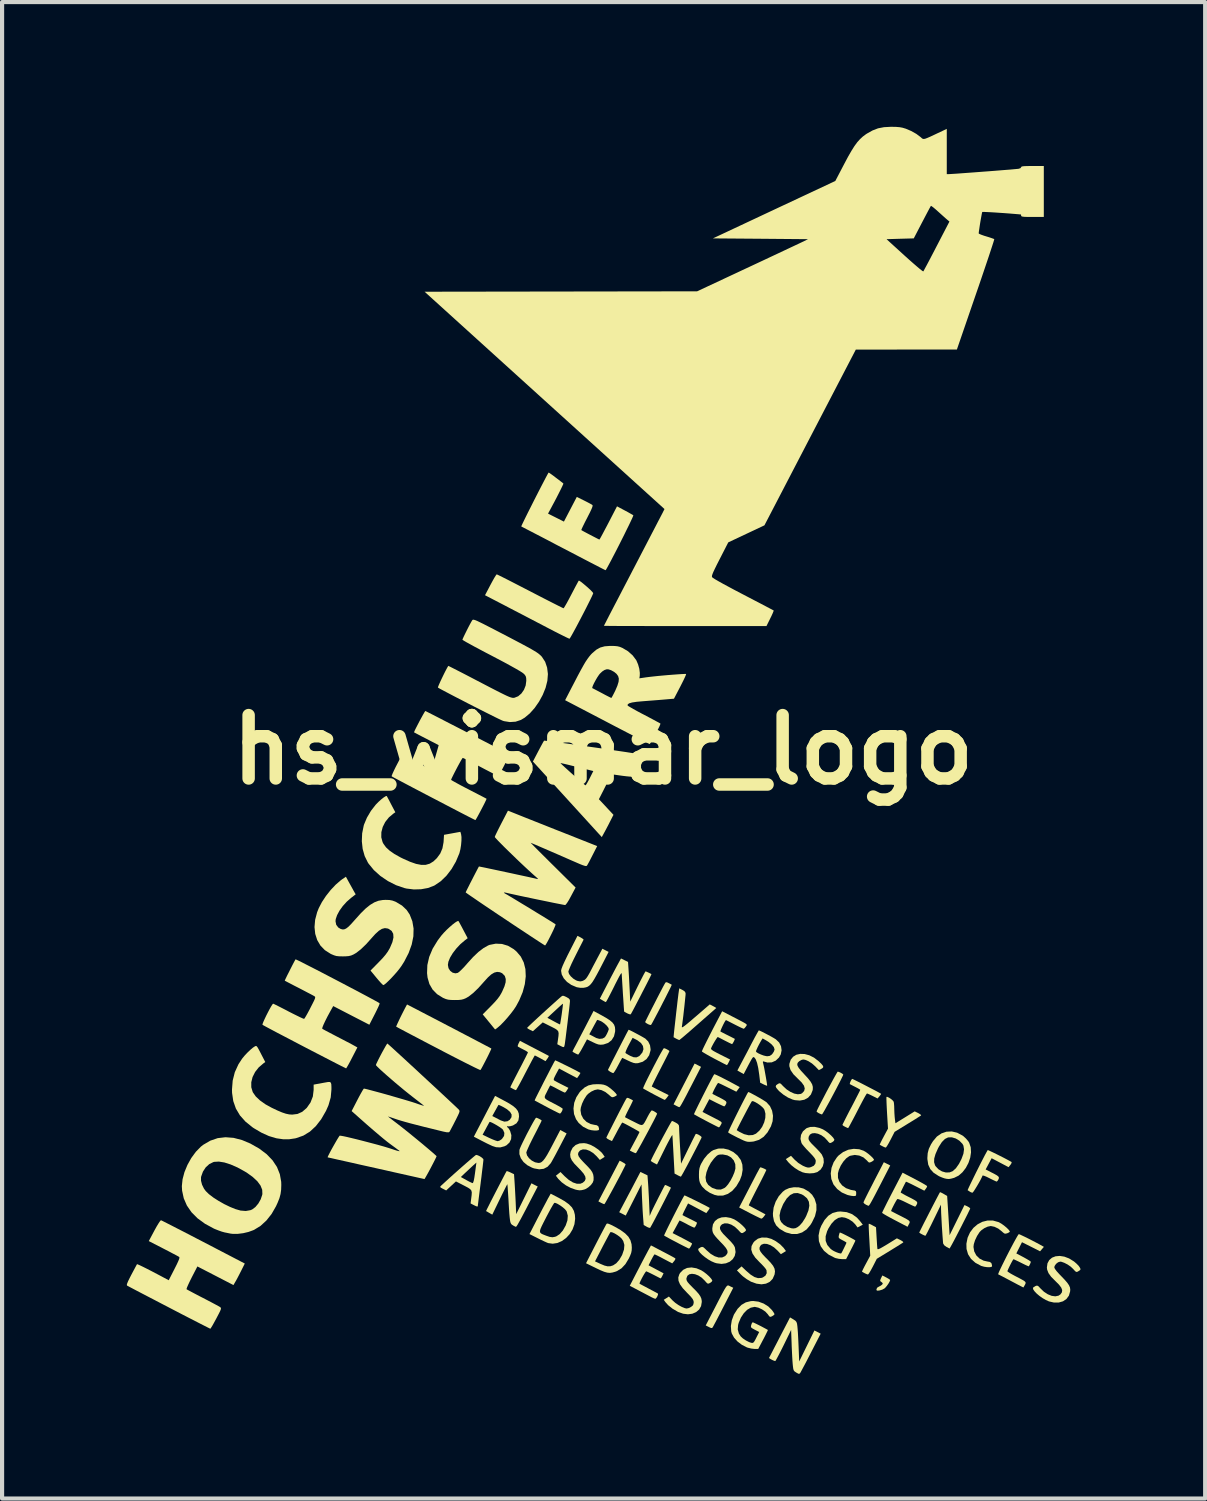
<source format=kicad_pcb>
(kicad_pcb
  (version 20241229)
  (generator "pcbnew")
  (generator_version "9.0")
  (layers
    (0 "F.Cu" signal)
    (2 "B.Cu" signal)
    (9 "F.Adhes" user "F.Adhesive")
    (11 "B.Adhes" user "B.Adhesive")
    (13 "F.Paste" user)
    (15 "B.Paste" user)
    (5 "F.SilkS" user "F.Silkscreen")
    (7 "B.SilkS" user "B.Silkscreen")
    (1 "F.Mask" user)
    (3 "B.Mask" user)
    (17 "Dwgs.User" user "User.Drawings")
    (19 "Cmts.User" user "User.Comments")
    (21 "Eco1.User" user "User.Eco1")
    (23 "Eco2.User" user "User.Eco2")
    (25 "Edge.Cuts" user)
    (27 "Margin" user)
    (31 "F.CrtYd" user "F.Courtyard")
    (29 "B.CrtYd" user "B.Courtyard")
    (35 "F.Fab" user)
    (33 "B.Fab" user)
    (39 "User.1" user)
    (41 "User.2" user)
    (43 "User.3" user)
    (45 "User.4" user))
  (footprint "hs_wismar_logo"
    (layer "F.Cu")
    (at 11.457 14.985)
    (property "Reference" "hs_wismar_logo" (at 0 0 0) (layer "F.SilkS") (effects (font (size 1.524 1.524) (thickness 0.3))))
    (attr board_only exclude_from_pos_files exclude_from_bom)
    (fp_poly (pts (xy 2.278 7.586) (xy 2.355 7.626) (xy 2.138 8.048) (xy 2.057 8.203) (xy 1.993 8.327) (xy 1.942 8.423) (xy 1.903 8.494) (xy 1.875 8.543) (xy 1.855 8.575) (xy 1.841 8.591) (xy 1.832 8.596) (xy 1.831 8.596) (xy 1.807 8.587) (xy 1.764 8.566) (xy 1.756 8.561) (xy 1.694 8.528) (xy 2.2 7.547)) (stroke (width 0) (type solid)) (fill yes) (layer "F.SilkS"))
    (fp_poly (pts (xy 0.472 9.922) (xy 0.516 9.948) (xy 0.54 9.97) (xy 0.541 9.976) (xy 0.524 10.014) (xy 0.492 10.077) (xy 0.45 10.161) (xy 0.399 10.259) (xy 0.342 10.366) (xy 0.283 10.477) (xy 0.224 10.587) (xy 0.167 10.69) (xy 0.117 10.781) (xy 0.076 10.855) (xy 0.046 10.906) (xy 0.03 10.928) (xy 0.029 10.929) (xy 0.000243 10.92) (xy -0.045 10.899) (xy -0.052 10.895) (xy -0.114 10.862) (xy 0.397 9.883)) (stroke (width 0) (type solid)) (fill yes) (layer "F.SilkS"))
    (fp_poly (pts (xy 3.028 12.89) (xy 3.049 12.901) (xy 3.058 12.906) (xy 3.13 12.94) (xy 2.894 13.399) (xy 2.83 13.523) (xy 2.771 13.636) (xy 2.72 13.735) (xy 2.678 13.813) (xy 2.65 13.866) (xy 2.637 13.889) (xy 2.62 13.908) (xy 2.597 13.908) (xy 2.557 13.891) (xy 2.542 13.883) (xy 2.468 13.846) (xy 2.698 13.402) (xy 2.775 13.252) (xy 2.837 13.133) (xy 2.886 13.041) (xy 2.923 12.974) (xy 2.952 12.928) (xy 2.974 12.9) (xy 2.993 12.886) (xy 3.01 12.884)) (stroke (width 0) (type solid)) (fill yes) (layer "F.SilkS"))
    (fp_poly (pts (xy 6.829 9.959) (xy 6.906 9.998) (xy 6.689 10.42) (xy 6.608 10.576) (xy 6.544 10.7) (xy 6.493 10.796) (xy 6.454 10.867) (xy 6.426 10.916) (xy 6.406 10.947) (xy 6.392 10.964) (xy 6.383 10.968) (xy 6.382 10.968) (xy 6.358 10.959) (xy 6.316 10.939) (xy 6.316 10.938) (xy 6.278 10.912) (xy 6.262 10.888) (xy 6.262 10.888) (xy 6.271 10.865) (xy 6.295 10.813) (xy 6.333 10.736) (xy 6.382 10.638) (xy 6.44 10.525) (xy 6.504 10.4) (xy 6.507 10.393) (xy 6.752 9.92)) (stroke (width 0) (type solid)) (fill yes) (layer "F.SilkS"))
    (fp_poly (pts (xy 6.81 12.692) (xy 6.862 12.721) (xy 6.896 12.744) (xy 6.904 12.754) (xy 6.892 12.789) (xy 6.863 12.84) (xy 6.824 12.895) (xy 6.786 12.94) (xy 6.768 12.956) (xy 6.714 12.985) (xy 6.65 13.004) (xy 6.646 13.005) (xy 6.599 13.01) (xy 6.578 13.001) (xy 6.574 12.977) (xy 6.592 12.938) (xy 6.631 12.914) (xy 6.68 12.888) (xy 6.714 12.861) (xy 6.727 12.835) (xy 6.709 12.812) (xy 6.696 12.803) (xy 6.669 12.782) (xy 6.664 12.759) (xy 6.68 12.72) (xy 6.685 12.709) (xy 6.716 12.644)) (stroke (width 0) (type solid)) (fill yes) (layer "F.SilkS"))
    (fp_poly (pts (xy 5.673 7.749) (xy 5.715 7.768) (xy 5.754 7.791) (xy 5.775 7.809) (xy 5.776 7.811) (xy 5.768 7.836) (xy 5.743 7.888) (xy 5.706 7.963) (xy 5.659 8.054) (xy 5.605 8.158) (xy 5.547 8.268) (xy 5.488 8.379) (xy 5.43 8.486) (xy 5.376 8.583) (xy 5.33 8.666) (xy 5.294 8.727) (xy 5.271 8.763) (xy 5.264 8.771) (xy 5.232 8.761) (xy 5.188 8.741) (xy 5.151 8.717) (xy 5.134 8.701) (xy 5.134 8.7) (xy 5.143 8.677) (xy 5.167 8.626) (xy 5.204 8.552) (xy 5.251 8.461) (xy 5.305 8.358) (xy 5.362 8.248) (xy 5.421 8.137) (xy 5.479 8.03) (xy 5.532 7.932) (xy 5.578 7.849) (xy 5.614 7.786) (xy 5.637 7.749) (xy 5.643 7.741)) (stroke (width 0) (type solid)) (fill yes) (layer "F.SilkS"))
    (fp_poly (pts (xy 1.543 5.595) (xy 1.578 5.612) (xy 1.622 5.635) (xy 1.648 5.649) (xy 1.65 5.651) (xy 1.644 5.669) (xy 1.622 5.716) (xy 1.587 5.787) (xy 1.542 5.876) (xy 1.491 5.978) (xy 1.434 6.088) (xy 1.377 6.2) (xy 1.32 6.309) (xy 1.267 6.409) (xy 1.221 6.496) (xy 1.185 6.563) (xy 1.16 6.606) (xy 1.151 6.619) (xy 1.126 6.617) (xy 1.083 6.601) (xy 1.075 6.597) (xy 1.033 6.572) (xy 1.012 6.551) (xy 1.011 6.549) (xy 1.02 6.528) (xy 1.044 6.479) (xy 1.08 6.406) (xy 1.125 6.316) (xy 1.177 6.213) (xy 1.234 6.103) (xy 1.291 5.991) (xy 1.346 5.884) (xy 1.397 5.787) (xy 1.44 5.704) (xy 1.474 5.642) (xy 1.494 5.607) (xy 1.495 5.604) (xy 1.513 5.59)) (stroke (width 0) (type solid)) (fill yes) (layer "F.SilkS"))
    (fp_poly (pts (xy 3.799 10.046) (xy 3.839 10.06) (xy 3.885 10.08) (xy 3.921 10.101) (xy 3.926 10.105) (xy 3.919 10.123) (xy 3.896 10.171) (xy 3.861 10.243) (xy 3.814 10.336) (xy 3.759 10.445) (xy 3.714 10.531) (xy 3.654 10.648) (xy 3.601 10.753) (xy 3.557 10.841) (xy 3.525 10.907) (xy 3.507 10.948) (xy 3.504 10.958) (xy 3.522 10.969) (xy 3.569 10.994) (xy 3.635 11.03) (xy 3.708 11.069) (xy 3.905 11.174) (xy 3.867 11.227) (xy 3.834 11.263) (xy 3.807 11.278) (xy 3.805 11.277) (xy 3.781 11.268) (xy 3.729 11.243) (xy 3.655 11.207) (xy 3.568 11.163) (xy 3.527 11.142) (xy 3.272 11.009) (xy 3.519 10.533) (xy 3.584 10.408) (xy 3.643 10.294) (xy 3.694 10.196) (xy 3.736 10.119) (xy 3.764 10.067) (xy 3.777 10.045) (xy 3.777 10.044)) (stroke (width 0) (type solid)) (fill yes) (layer "F.SilkS"))
    (fp_poly (pts (xy 6.838 8.349) (xy 6.879 8.369) (xy 6.925 8.4) (xy 6.965 8.434) (xy 6.988 8.464) (xy 6.99 8.468) (xy 6.996 8.508) (xy 7.001 8.572) (xy 7.003 8.645) (xy 7.006 8.733) (xy 7.012 8.823) (xy 7.018 8.882) (xy 7.031 8.983) (xy 7.263 8.84) (xy 7.494 8.697) (xy 7.579 8.738) (xy 7.624 8.765) (xy 7.648 8.786) (xy 7.648 8.794) (xy 7.627 8.809) (xy 7.578 8.84) (xy 7.508 8.885) (xy 7.42 8.939) (xy 7.322 8.999) (xy 7.011 9.19) (xy 6.914 9.379) (xy 6.873 9.456) (xy 6.837 9.517) (xy 6.81 9.557) (xy 6.797 9.568) (xy 6.768 9.559) (xy 6.723 9.538) (xy 6.72 9.536) (xy 6.678 9.514) (xy 6.655 9.5) (xy 6.654 9.499) (xy 6.66 9.481) (xy 6.681 9.435) (xy 6.714 9.37) (xy 6.75 9.302) (xy 6.852 9.112) (xy 6.829 8.734) (xy 6.823 8.618) (xy 6.818 8.514) (xy 6.815 8.431) (xy 6.814 8.374) (xy 6.815 8.349) (xy 6.815 8.348)) (stroke (width 0) (type solid)) (fill yes) (layer "F.SilkS"))
    (fp_poly (pts (xy 1.492 7.185) (xy 1.533 7.204) (xy 1.573 7.227) (xy 1.594 7.245) (xy 1.595 7.248) (xy 1.586 7.267) (xy 1.562 7.317) (xy 1.525 7.391) (xy 1.477 7.485) (xy 1.421 7.594) (xy 1.379 7.676) (xy 1.319 7.792) (xy 1.266 7.897) (xy 1.223 7.984) (xy 1.191 8.05) (xy 1.173 8.09) (xy 1.17 8.099) (xy 1.189 8.11) (xy 1.236 8.134) (xy 1.303 8.169) (xy 1.377 8.206) (xy 1.577 8.306) (xy 1.536 8.364) (xy 1.506 8.401) (xy 1.484 8.42) (xy 1.482 8.421) (xy 1.461 8.412) (xy 1.412 8.388) (xy 1.342 8.352) (xy 1.257 8.308) (xy 1.221 8.289) (xy 1.132 8.241) (xy 1.056 8.199) (xy 0.998 8.167) (xy 0.966 8.148) (xy 0.962 8.145) (xy 0.967 8.125) (xy 0.988 8.076) (xy 1.021 8.004) (xy 1.065 7.914) (xy 1.117 7.811) (xy 1.173 7.701) (xy 1.231 7.588) (xy 1.288 7.48) (xy 1.341 7.38) (xy 1.388 7.295) (xy 1.426 7.229) (xy 1.452 7.188) (xy 1.462 7.177)) (stroke (width 0) (type solid)) (fill yes) (layer "F.SilkS"))
    (fp_poly (pts (xy 6.409 11.404) (xy 6.451 11.423) (xy 6.48 11.439) (xy 6.564 11.485) (xy 6.578 11.728) (xy 6.584 11.824) (xy 6.589 11.907) (xy 6.594 11.97) (xy 6.597 12.003) (xy 6.597 12.004) (xy 6.606 12.013) (xy 6.629 12.009) (xy 6.671 11.99) (xy 6.736 11.953) (xy 6.83 11.897) (xy 6.835 11.894) (xy 7.066 11.751) (xy 7.151 11.792) (xy 7.196 11.818) (xy 7.219 11.841) (xy 7.219 11.849) (xy 7.198 11.864) (xy 7.149 11.895) (xy 7.078 11.94) (xy 6.99 11.994) (xy 6.893 12.054) (xy 6.583 12.243) (xy 6.486 12.433) (xy 6.445 12.509) (xy 6.409 12.571) (xy 6.382 12.61) (xy 6.369 12.621) (xy 6.34 12.612) (xy 6.295 12.592) (xy 6.292 12.59) (xy 6.25 12.567) (xy 6.228 12.554) (xy 6.227 12.553) (xy 6.233 12.535) (xy 6.254 12.49) (xy 6.287 12.425) (xy 6.323 12.358) (xy 6.425 12.168) (xy 6.404 11.787) (xy 6.397 11.67) (xy 6.392 11.567) (xy 6.389 11.483) (xy 6.388 11.426) (xy 6.389 11.401) (xy 6.389 11.4)) (stroke (width 0) (type solid)) (fill yes) (layer "F.SilkS"))
    (fp_poly (pts (xy 6.16 9.608) (xy 6.266 9.644) (xy 6.321 9.676) (xy 6.381 9.72) (xy 6.438 9.769) (xy 6.485 9.815) (xy 6.512 9.851) (xy 6.515 9.862) (xy 6.5 9.882) (xy 6.462 9.907) (xy 6.456 9.909) (xy 6.417 9.927) (xy 6.391 9.925) (xy 6.362 9.898) (xy 6.347 9.88) (xy 6.262 9.805) (xy 6.161 9.76) (xy 6.053 9.745) (xy 5.948 9.764) (xy 5.92 9.775) (xy 5.848 9.826) (xy 5.778 9.905) (xy 5.716 10.001) (xy 5.67 10.104) (xy 5.648 10.187) (xy 5.649 10.296) (xy 5.684 10.395) (xy 5.75 10.479) (xy 5.842 10.544) (xy 5.957 10.585) (xy 6 10.593) (xy 6.054 10.602) (xy 6.079 10.617) (xy 6.087 10.646) (xy 6.087 10.67) (xy 6.084 10.715) (xy 6.066 10.732) (xy 6.024 10.734) (xy 5.966 10.728) (xy 5.895 10.712) (xy 5.871 10.705) (xy 5.741 10.648) (xy 5.63 10.564) (xy 5.545 10.46) (xy 5.537 10.446) (xy 5.489 10.323) (xy 5.475 10.191) (xy 5.494 10.055) (xy 5.544 9.923) (xy 5.624 9.802) (xy 5.664 9.758) (xy 5.773 9.675) (xy 5.897 9.62) (xy 6.029 9.598)) (stroke (width 0) (type solid)) (fill yes) (layer "F.SilkS"))
    (fp_poly (pts (xy 9.377 11.323) (xy 9.507 11.359) (xy 9.523 11.366) (xy 9.581 11.399) (xy 9.644 11.444) (xy 9.704 11.494) (xy 9.752 11.541) (xy 9.779 11.578) (xy 9.783 11.59) (xy 9.766 11.607) (xy 9.726 11.627) (xy 9.721 11.629) (xy 9.681 11.639) (xy 9.65 11.634) (xy 9.615 11.607) (xy 9.589 11.583) (xy 9.505 11.517) (xy 9.413 11.473) (xy 9.326 11.455) (xy 9.323 11.455) (xy 9.249 11.47) (xy 9.167 11.508) (xy 9.093 11.561) (xy 9.054 11.602) (xy 8.994 11.695) (xy 8.946 11.796) (xy 8.916 11.893) (xy 8.908 11.957) (xy 8.926 12.065) (xy 8.976 12.161) (xy 9.053 12.237) (xy 9.152 12.288) (xy 9.237 12.307) (xy 9.303 12.319) (xy 9.339 12.347) (xy 9.353 12.396) (xy 9.355 12.423) (xy 9.338 12.439) (xy 9.293 12.446) (xy 9.232 12.444) (xy 9.165 12.434) (xy 9.101 12.416) (xy 9.09 12.412) (xy 8.954 12.339) (xy 8.849 12.245) (xy 8.778 12.134) (xy 8.741 12.007) (xy 8.738 11.881) (xy 8.767 11.736) (xy 8.825 11.608) (xy 8.907 11.499) (xy 9.008 11.413) (xy 9.123 11.353) (xy 9.247 11.322)) (stroke (width 0) (type solid)) (fill yes) (layer "F.SilkS"))
    (fp_poly (pts (xy -1.657 7.179) (xy -1.552 7.234) (xy -1.459 7.282) (xy -1.383 7.322) (xy -1.331 7.349) (xy -1.307 7.363) (xy -1.306 7.363) (xy -1.311 7.381) (xy -1.334 7.418) (xy -1.342 7.429) (xy -1.385 7.489) (xy -1.51 7.42) (xy -1.572 7.387) (xy -1.619 7.363) (xy -1.642 7.352) (xy -1.643 7.352) (xy -1.654 7.368) (xy -1.68 7.415) (xy -1.719 7.486) (xy -1.767 7.578) (xy -1.824 7.686) (xy -1.868 7.77) (xy -1.928 7.886) (xy -1.983 7.99) (xy -2.03 8.076) (xy -2.067 8.141) (xy -2.09 8.179) (xy -2.097 8.187) (xy -2.122 8.178) (xy -2.164 8.158) (xy -2.169 8.155) (xy -2.21 8.133) (xy -2.232 8.12) (xy -2.233 8.12) (xy -2.226 8.102) (xy -2.203 8.054) (xy -2.167 7.982) (xy -2.12 7.89) (xy -2.064 7.782) (xy -2.024 7.704) (xy -1.963 7.588) (xy -1.91 7.484) (xy -1.865 7.396) (xy -1.832 7.329) (xy -1.812 7.288) (xy -1.809 7.278) (xy -1.825 7.262) (xy -1.867 7.236) (xy -1.927 7.205) (xy -1.988 7.174) (xy -2.034 7.149) (xy -2.054 7.134) (xy -2.052 7.109) (xy -2.035 7.066) (xy -2.032 7.06) (xy -2.001 7)) (stroke (width 0) (type solid)) (fill yes) (layer "F.SilkS"))
    (fp_poly (pts (xy 4.577 13.701) (xy 4.623 13.731) (xy 4.649 13.761) (xy 4.664 13.804) (xy 4.672 13.862) (xy 4.677 13.917) (xy 4.684 14.004) (xy 4.69 14.111) (xy 4.696 14.232) (xy 4.701 14.343) (xy 4.716 14.713) (xy 4.899 14.34) (xy 5.082 13.967) (xy 5.233 14.044) (xy 4.996 14.505) (xy 4.932 14.629) (xy 4.874 14.742) (xy 4.822 14.839) (xy 4.781 14.916) (xy 4.753 14.968) (xy 4.74 14.99) (xy 4.723 15.008) (xy 4.702 15.009) (xy 4.667 14.992) (xy 4.636 14.973) (xy 4.605 14.952) (xy 4.586 14.928) (xy 4.574 14.892) (xy 4.566 14.834) (xy 4.56 14.776) (xy 4.554 14.7) (xy 4.548 14.596) (xy 4.542 14.476) (xy 4.536 14.35) (xy 4.534 14.285) (xy 4.522 13.954) (xy 4.339 14.329) (xy 4.284 14.439) (xy 4.234 14.537) (xy 4.192 14.616) (xy 4.161 14.673) (xy 4.143 14.701) (xy 4.14 14.703) (xy 4.111 14.695) (xy 4.069 14.677) (xy 4.026 14.654) (xy 3.997 14.635) (xy 3.991 14.627) (xy 4.001 14.607) (xy 4.027 14.558) (xy 4.066 14.483) (xy 4.115 14.387) (xy 4.174 14.274) (xy 4.238 14.15) (xy 4.246 14.134) (xy 4.496 13.653)) (stroke (width 0) (type solid)) (fill yes) (layer "F.SilkS"))
    (fp_poly (pts (xy -4.698 6.135) (xy -4.649 6.16) (xy -4.574 6.199) (xy -4.475 6.25) (xy -4.357 6.312) (xy -4.222 6.382) (xy -4.076 6.458) (xy -3.92 6.539) (xy -3.76 6.623) (xy -3.598 6.707) (xy -3.438 6.791) (xy -3.285 6.871) (xy -3.141 6.946) (xy -3.011 7.015) (xy -2.898 7.074) (xy -2.805 7.123) (xy -2.738 7.158) (xy -2.698 7.18) (xy -2.689 7.185) (xy -2.694 7.204) (xy -2.715 7.249) (xy -2.746 7.315) (xy -2.784 7.392) (xy -2.826 7.474) (xy -2.867 7.553) (xy -2.904 7.623) (xy -2.933 7.675) (xy -2.951 7.702) (xy -2.953 7.703) (xy -2.972 7.696) (xy -3.022 7.673) (xy -3.101 7.635) (xy -3.205 7.583) (xy -3.331 7.52) (xy -3.476 7.446) (xy -3.638 7.363) (xy -3.812 7.273) (xy -3.966 7.192) (xy -4.149 7.097) (xy -4.321 7.007) (xy -4.48 6.923) (xy -4.622 6.849) (xy -4.745 6.784) (xy -4.845 6.731) (xy -4.919 6.692) (xy -4.964 6.667) (xy -4.978 6.659) (xy -4.972 6.641) (xy -4.952 6.595) (xy -4.921 6.529) (xy -4.884 6.451) (xy -4.843 6.368) (xy -4.802 6.287) (xy -4.765 6.215) (xy -4.736 6.161) (xy -4.719 6.13) (xy -4.715 6.126)) (stroke (width 0) (type solid)) (fill yes) (layer "F.SilkS"))
    (fp_poly (pts (xy -0.055 8.045) (xy 0.012 8.055) (xy 0.068 8.074) (xy 0.093 8.087) (xy 0.143 8.119) (xy 0.2 8.164) (xy 0.256 8.213) (xy 0.301 8.259) (xy 0.327 8.294) (xy 0.331 8.305) (xy 0.315 8.321) (xy 0.276 8.342) (xy 0.271 8.344) (xy 0.234 8.357) (xy 0.206 8.353) (xy 0.172 8.329) (xy 0.14 8.299) (xy 0.054 8.231) (xy -0.039 8.186) (xy -0.126 8.168) (xy -0.129 8.168) (xy -0.203 8.183) (xy -0.285 8.221) (xy -0.359 8.274) (xy -0.398 8.315) (xy -0.458 8.408) (xy -0.506 8.51) (xy -0.536 8.606) (xy -0.544 8.67) (xy -0.526 8.779) (xy -0.476 8.874) (xy -0.399 8.95) (xy -0.3 9.001) (xy -0.215 9.02) (xy -0.149 9.032) (xy -0.113 9.06) (xy -0.099 9.11) (xy -0.098 9.136) (xy -0.115 9.151) (xy -0.159 9.158) (xy -0.22 9.157) (xy -0.287 9.149) (xy -0.35 9.132) (xy -0.355 9.131) (xy -0.483 9.066) (xy -0.588 8.975) (xy -0.652 8.885) (xy -0.7 8.761) (xy -0.713 8.627) (xy -0.695 8.49) (xy -0.645 8.358) (xy -0.566 8.237) (xy -0.534 8.201) (xy -0.445 8.122) (xy -0.354 8.073) (xy -0.248 8.048) (xy -0.146 8.043)) (stroke (width 0) (type solid)) (fill yes) (layer "F.SilkS"))
    (fp_poly (pts (xy 1.067 10.236) (xy 1.081 10.423) (xy 1.087 10.512) (xy 1.093 10.628) (xy 1.1 10.755) (xy 1.106 10.881) (xy 1.107 10.911) (xy 1.12 11.212) (xy 1.157 11.125) (xy 1.174 11.087) (xy 1.204 11.025) (xy 1.243 10.946) (xy 1.289 10.855) (xy 1.336 10.761) (xy 1.383 10.669) (xy 1.425 10.587) (xy 1.459 10.521) (xy 1.482 10.479) (xy 1.489 10.467) (xy 1.507 10.471) (xy 1.544 10.487) (xy 1.587 10.508) (xy 1.622 10.526) (xy 1.631 10.532) (xy 1.623 10.55) (xy 1.601 10.597) (xy 1.566 10.667) (xy 1.521 10.756) (xy 1.469 10.858) (xy 1.413 10.967) (xy 1.355 11.079) (xy 1.298 11.188) (xy 1.246 11.288) (xy 1.2 11.375) (xy 1.163 11.442) (xy 1.139 11.485) (xy 1.131 11.498) (xy 1.108 11.498) (xy 1.065 11.481) (xy 1.047 11.471) (xy 0.976 11.43) (xy 0.962 11.253) (xy 0.956 11.169) (xy 0.949 11.058) (xy 0.943 10.933) (xy 0.937 10.806) (xy 0.935 10.765) (xy 0.923 10.454) (xy 0.734 10.828) (xy 0.544 11.203) (xy 0.466 11.163) (xy 0.387 11.123) (xy 0.492 10.924) (xy 0.54 10.834) (xy 0.599 10.721) (xy 0.664 10.599) (xy 0.727 10.479) (xy 0.747 10.44) (xy 0.897 10.154)) (stroke (width 0) (type solid)) (fill yes) (layer "F.SilkS"))
    (fp_poly (pts (xy 4.705 10.525) (xy 4.813 10.552) (xy 4.834 10.561) (xy 4.945 10.626) (xy 5.027 10.703) (xy 5.086 10.798) (xy 5.088 10.803) (xy 5.129 10.934) (xy 5.131 11.072) (xy 5.096 11.218) (xy 5.022 11.371) (xy 4.985 11.43) (xy 4.894 11.537) (xy 4.786 11.609) (xy 4.666 11.646) (xy 4.537 11.647) (xy 4.402 11.61) (xy 4.366 11.594) (xy 4.247 11.523) (xy 4.163 11.44) (xy 4.11 11.338) (xy 4.086 11.215) (xy 4.086 11.199) (xy 4.244 11.199) (xy 4.254 11.298) (xy 4.282 11.358) (xy 4.345 11.424) (xy 4.432 11.477) (xy 4.525 11.508) (xy 4.575 11.514) (xy 4.629 11.506) (xy 4.68 11.48) (xy 4.729 11.441) (xy 4.793 11.368) (xy 4.857 11.267) (xy 4.885 11.213) (xy 4.939 11.079) (xy 4.96 10.966) (xy 4.949 10.87) (xy 4.905 10.789) (xy 4.827 10.722) (xy 4.779 10.694) (xy 4.68 10.661) (xy 4.586 10.666) (xy 4.499 10.709) (xy 4.417 10.79) (xy 4.341 10.91) (xy 4.325 10.941) (xy 4.268 11.08) (xy 4.244 11.199) (xy 4.086 11.199) (xy 4.084 11.155) (xy 4.101 11.01) (xy 4.15 10.868) (xy 4.224 10.739) (xy 4.32 10.631) (xy 4.379 10.585) (xy 4.474 10.543) (xy 4.588 10.522)) (stroke (width 0) (type solid)) (fill yes) (layer "F.SilkS"))
    (fp_poly (pts (xy 9.27 9.634) (xy 9.315 9.655) (xy 9.381 9.686) (xy 9.461 9.725) (xy 9.547 9.768) (xy 9.632 9.811) (xy 9.71 9.852) (xy 9.773 9.886) (xy 9.814 9.909) (xy 9.826 9.917) (xy 9.824 9.939) (xy 9.803 9.976) (xy 9.796 9.984) (xy 9.752 10.039) (xy 9.345 9.824) (xy 9.273 9.959) (xy 9.201 10.094) (xy 9.331 10.161) (xy 9.419 10.206) (xy 9.476 10.239) (xy 9.508 10.265) (xy 9.52 10.288) (xy 9.517 10.313) (xy 9.509 10.333) (xy 9.486 10.37) (xy 9.467 10.386) (xy 9.442 10.377) (xy 9.392 10.354) (xy 9.326 10.322) (xy 9.291 10.304) (xy 9.222 10.27) (xy 9.166 10.247) (xy 9.133 10.239) (xy 9.127 10.241) (xy 9.108 10.284) (xy 9.077 10.346) (xy 9.037 10.418) (xy 8.994 10.492) (xy 8.952 10.56) (xy 8.917 10.615) (xy 8.892 10.647) (xy 8.885 10.653) (xy 8.85 10.645) (xy 8.822 10.629) (xy 8.786 10.605) (xy 8.768 10.595) (xy 8.773 10.578) (xy 8.794 10.531) (xy 8.827 10.461) (xy 8.87 10.372) (xy 8.92 10.27) (xy 8.974 10.16) (xy 9.03 10.048) (xy 9.085 9.939) (xy 9.137 9.838) (xy 9.182 9.751) (xy 9.219 9.683) (xy 9.243 9.64) (xy 9.252 9.628)) (stroke (width 0) (type solid)) (fill yes) (layer "F.SilkS"))
    (fp_poly (pts (xy -1.583 8.857) (xy -1.541 8.876) (xy -1.502 8.898) (xy -1.479 8.916) (xy -1.478 8.918) (xy -1.487 8.938) (xy -1.51 8.987) (xy -1.547 9.059) (xy -1.593 9.151) (xy -1.647 9.256) (xy -1.663 9.286) (xy -1.719 9.397) (xy -1.768 9.497) (xy -1.807 9.583) (xy -1.835 9.648) (xy -1.847 9.685) (xy -1.848 9.689) (xy -1.83 9.757) (xy -1.783 9.823) (xy -1.716 9.881) (xy -1.637 9.922) (xy -1.557 9.938) (xy -1.552 9.938) (xy -1.515 9.933) (xy -1.479 9.915) (xy -1.441 9.88) (xy -1.398 9.825) (xy -1.348 9.746) (xy -1.288 9.638) (xy -1.216 9.502) (xy -1.03 9.145) (xy -0.954 9.186) (xy -0.878 9.228) (xy -1.045 9.549) (xy -1.102 9.657) (xy -1.156 9.759) (xy -1.204 9.846) (xy -1.241 9.913) (xy -1.263 9.948) (xy -1.337 10.03) (xy -1.428 10.078) (xy -1.536 10.091) (xy -1.66 10.069) (xy -1.71 10.051) (xy -1.824 9.992) (xy -1.915 9.915) (xy -1.98 9.824) (xy -2.014 9.726) (xy -2.013 9.626) (xy -2.012 9.621) (xy -1.999 9.584) (xy -1.972 9.522) (xy -1.934 9.442) (xy -1.888 9.349) (xy -1.838 9.249) (xy -1.785 9.149) (xy -1.735 9.054) (xy -1.689 8.97) (xy -1.651 8.904) (xy -1.624 8.862) (xy -1.612 8.849)) (stroke (width 0) (type solid)) (fill yes) (layer "F.SilkS"))
    (fp_poly (pts (xy -0.54 4.514) (xy -0.496 4.541) (xy -0.472 4.562) (xy -0.47 4.568) (xy -0.481 4.589) (xy -0.506 4.639) (xy -0.544 4.713) (xy -0.591 4.805) (xy -0.644 4.91) (xy -0.656 4.934) (xy -0.711 5.044) (xy -0.76 5.146) (xy -0.798 5.232) (xy -0.825 5.298) (xy -0.836 5.336) (xy -0.836 5.339) (xy -0.82 5.392) (xy -0.777 5.45) (xy -0.717 5.505) (xy -0.65 5.546) (xy -0.613 5.56) (xy -0.552 5.571) (xy -0.502 5.562) (xy -0.468 5.547) (xy -0.434 5.526) (xy -0.402 5.492) (xy -0.367 5.44) (xy -0.323 5.363) (xy -0.295 5.309) (xy -0.242 5.207) (xy -0.184 5.098) (xy -0.131 4.997) (xy -0.103 4.945) (xy -0.018 4.785) (xy 0.057 4.823) (xy 0.132 4.861) (xy -0.005 5.129) (xy -0.086 5.285) (xy -0.153 5.41) (xy -0.208 5.508) (xy -0.254 5.582) (xy -0.295 5.636) (xy -0.333 5.673) (xy -0.37 5.698) (xy -0.411 5.713) (xy -0.457 5.722) (xy -0.476 5.725) (xy -0.551 5.725) (xy -0.632 5.711) (xy -0.644 5.707) (xy -0.766 5.655) (xy -0.868 5.584) (xy -0.947 5.497) (xy -0.996 5.403) (xy -1.011 5.314) (xy -1.002 5.27) (xy -0.974 5.196) (xy -0.927 5.092) (xy -0.861 4.955) (xy -0.814 4.862) (xy -0.617 4.475)) (stroke (width 0) (type solid)) (fill yes) (layer "F.SilkS"))
    (fp_poly (pts (xy 1.908 5.777) (xy 1.96 5.81) (xy 1.981 5.844) (xy 1.984 5.864) (xy 1.982 5.902) (xy 1.975 5.97) (xy 1.966 6.06) (xy 1.955 6.166) (xy 1.942 6.278) (xy 1.93 6.389) (xy 1.917 6.491) (xy 1.906 6.576) (xy 1.898 6.636) (xy 1.894 6.658) (xy 1.894 6.672) (xy 1.904 6.675) (xy 1.927 6.663) (xy 1.967 6.634) (xy 2.026 6.587) (xy 2.108 6.518) (xy 2.215 6.426) (xy 2.224 6.419) (xy 2.565 6.124) (xy 2.646 6.166) (xy 2.692 6.191) (xy 2.718 6.208) (xy 2.72 6.213) (xy 2.704 6.226) (xy 2.663 6.263) (xy 2.6 6.318) (xy 2.518 6.39) (xy 2.422 6.474) (xy 2.315 6.568) (xy 2.279 6.6) (xy 2.169 6.696) (xy 2.069 6.784) (xy 1.981 6.859) (xy 1.911 6.919) (xy 1.86 6.96) (xy 1.834 6.98) (xy 1.832 6.981) (xy 1.807 6.972) (xy 1.765 6.952) (xy 1.76 6.95) (xy 1.719 6.927) (xy 1.696 6.914) (xy 1.696 6.913) (xy 1.696 6.894) (xy 1.701 6.842) (xy 1.709 6.763) (xy 1.72 6.662) (xy 1.733 6.547) (xy 1.747 6.423) (xy 1.761 6.295) (xy 1.776 6.17) (xy 1.789 6.053) (xy 1.802 5.951) (xy 1.812 5.868) (xy 1.82 5.812) (xy 1.82 5.811) (xy 1.831 5.738)) (stroke (width 0) (type solid)) (fill yes) (layer "F.SilkS"))
    (fp_poly (pts (xy 0.134 11.402) (xy 0.19 11.426) (xy 0.273 11.468) (xy 0.276 11.469) (xy 0.42 11.552) (xy 0.529 11.631) (xy 0.607 11.711) (xy 0.657 11.797) (xy 0.684 11.892) (xy 0.69 11.972) (xy 0.687 12.041) (xy 0.675 12.102) (xy 0.649 12.17) (xy 0.617 12.238) (xy 0.536 12.372) (xy 0.443 12.471) (xy 0.335 12.538) (xy 0.296 12.553) (xy 0.226 12.573) (xy 0.163 12.582) (xy 0.099 12.576) (xy 0.025 12.555) (xy -0.065 12.518) (xy -0.174 12.466) (xy -0.411 12.35) (xy -0.388 12.305) (xy -0.195 12.305) (xy -0.063 12.366) (xy 0.033 12.406) (xy 0.108 12.424) (xy 0.175 12.422) (xy 0.24 12.401) (xy 0.316 12.351) (xy 0.389 12.268) (xy 0.452 12.16) (xy 0.459 12.146) (xy 0.502 12.02) (xy 0.511 11.91) (xy 0.484 11.815) (xy 0.444 11.756) (xy 0.398 11.713) (xy 0.34 11.671) (xy 0.279 11.634) (xy 0.225 11.609) (xy 0.186 11.6) (xy 0.175 11.604) (xy 0.161 11.626) (xy 0.133 11.677) (xy 0.094 11.751) (xy 0.045 11.843) (xy -0.01 11.947) (xy -0.018 11.963) (xy -0.195 12.305) (xy -0.388 12.305) (xy -0.174 11.888) (xy -0.11 11.764) (xy -0.051 11.651) (xy 0.001 11.553) (xy 0.042 11.476) (xy 0.07 11.424) (xy 0.083 11.402) (xy 0.1 11.394)) (stroke (width 0) (type solid)) (fill yes) (layer "F.SilkS"))
    (fp_poly (pts (xy 6.012 7.924) (xy 6.061 7.948) (xy 6.13 7.982) (xy 6.215 8.025) (xy 6.308 8.073) (xy 6.404 8.123) (xy 6.495 8.17) (xy 6.575 8.212) (xy 6.637 8.246) (xy 6.676 8.268) (xy 6.686 8.274) (xy 6.679 8.291) (xy 6.653 8.326) (xy 6.647 8.334) (xy 6.601 8.387) (xy 6.481 8.326) (xy 6.419 8.296) (xy 6.37 8.274) (xy 6.346 8.266) (xy 6.346 8.266) (xy 6.333 8.283) (xy 6.305 8.329) (xy 6.265 8.401) (xy 6.216 8.493) (xy 6.159 8.602) (xy 6.117 8.684) (xy 6.057 8.8) (xy 6.002 8.904) (xy 5.956 8.99) (xy 5.921 9.055) (xy 5.899 9.092) (xy 5.893 9.1) (xy 5.871 9.092) (xy 5.829 9.072) (xy 5.82 9.068) (xy 5.778 9.044) (xy 5.757 9.025) (xy 5.757 9.022) (xy 5.765 9.002) (xy 5.79 8.952) (xy 5.827 8.877) (xy 5.875 8.783) (xy 5.931 8.674) (xy 5.971 8.599) (xy 6.031 8.484) (xy 6.084 8.38) (xy 6.129 8.293) (xy 6.162 8.228) (xy 6.181 8.188) (xy 6.185 8.179) (xy 6.169 8.166) (xy 6.126 8.141) (xy 6.067 8.11) (xy 6.063 8.108) (xy 6.002 8.077) (xy 5.956 8.053) (xy 5.934 8.041) (xy 5.934 8.04) (xy 5.935 8.019) (xy 5.949 7.98) (xy 5.969 7.941) (xy 5.988 7.917) (xy 5.992 7.916)) (stroke (width 0) (type solid)) (fill yes) (layer "F.SilkS"))
    (fp_poly (pts (xy -1.064 10.779) (xy -0.926 10.857) (xy -0.823 10.932) (xy -0.749 11.008) (xy -0.703 11.091) (xy -0.679 11.185) (xy -0.673 11.28) (xy -0.69 11.412) (xy -0.735 11.536) (xy -0.803 11.648) (xy -0.89 11.742) (xy -0.99 11.815) (xy -1.1 11.863) (xy -1.213 11.88) (xy -1.323 11.865) (xy -1.359 11.85) (xy -1.421 11.822) (xy -1.499 11.785) (xy -1.571 11.749) (xy -1.772 11.648) (xy -1.734 11.576) (xy -1.52 11.576) (xy -1.515 11.609) (xy -1.493 11.633) (xy -1.455 11.654) (xy -1.399 11.676) (xy -1.371 11.687) (xy -1.286 11.716) (xy -1.219 11.725) (xy -1.157 11.714) (xy -1.122 11.701) (xy -1.044 11.649) (xy -0.969 11.563) (xy -0.903 11.447) (xy -0.898 11.436) (xy -0.858 11.317) (xy -0.85 11.206) (xy -0.875 11.109) (xy -0.886 11.089) (xy -0.919 11.049) (xy -0.971 11.004) (xy -1.032 10.96) (xy -1.093 10.923) (xy -1.143 10.9) (xy -1.172 10.897) (xy -1.188 10.917) (xy -1.218 10.966) (xy -1.26 11.039) (xy -1.309 11.13) (xy -1.364 11.234) (xy -1.371 11.248) (xy -1.434 11.37) (xy -1.479 11.461) (xy -1.508 11.528) (xy -1.52 11.576) (xy -1.734 11.576) (xy -1.574 11.265) (xy -1.512 11.146) (xy -1.453 11.032) (xy -1.399 10.931) (xy -1.355 10.848) (xy -1.325 10.79) (xy -1.318 10.779) (xy -1.261 10.677)) (stroke (width 0) (type solid)) (fill yes) (layer "F.SilkS"))
    (fp_poly (pts (xy 3.926 11.733) (xy 3.943 11.735) (xy 4.046 11.764) (xy 4.154 11.82) (xy 4.257 11.894) (xy 4.341 11.979) (xy 4.357 12.001) (xy 4.398 12.057) (xy 4.337 12.095) (xy 4.276 12.132) (xy 4.195 12.045) (xy 4.112 11.969) (xy 4.026 11.916) (xy 3.942 11.886) (xy 3.868 11.881) (xy 3.808 11.903) (xy 3.781 11.932) (xy 3.762 11.974) (xy 3.762 12.017) (xy 3.784 12.068) (xy 3.831 12.13) (xy 3.905 12.209) (xy 3.937 12.24) (xy 4.027 12.334) (xy 4.088 12.411) (xy 4.123 12.48) (xy 4.134 12.545) (xy 4.125 12.614) (xy 4.122 12.625) (xy 4.078 12.725) (xy 4.008 12.797) (xy 3.917 12.841) (xy 3.809 12.857) (xy 3.689 12.841) (xy 3.56 12.795) (xy 3.547 12.788) (xy 3.454 12.733) (xy 3.363 12.665) (xy 3.316 12.622) (xy 3.219 12.522) (xy 3.274 12.474) (xy 3.33 12.426) (xy 3.44 12.531) (xy 3.547 12.623) (xy 3.641 12.682) (xy 3.726 12.708) (xy 3.806 12.703) (xy 3.841 12.692) (xy 3.904 12.649) (xy 3.935 12.589) (xy 3.93 12.52) (xy 3.927 12.512) (xy 3.905 12.477) (xy 3.861 12.425) (xy 3.802 12.363) (xy 3.764 12.326) (xy 3.66 12.216) (xy 3.593 12.116) (xy 3.563 12.023) (xy 3.57 11.937) (xy 3.613 11.855) (xy 3.647 11.816) (xy 3.724 11.759) (xy 3.815 11.732)) (stroke (width 0) (type solid)) (fill yes) (layer "F.SilkS"))
    (fp_poly (pts (xy 8.121 10.646) (xy 8.162 10.666) (xy 8.192 10.683) (xy 8.275 10.732) (xy 8.305 11.203) (xy 8.334 11.675) (xy 8.692 10.95) (xy 8.761 10.982) (xy 8.805 11.007) (xy 8.828 11.029) (xy 8.83 11.033) (xy 8.821 11.054) (xy 8.797 11.103) (xy 8.762 11.176) (xy 8.716 11.267) (xy 8.664 11.369) (xy 8.609 11.478) (xy 8.552 11.588) (xy 8.498 11.693) (xy 8.449 11.787) (xy 8.407 11.866) (xy 8.376 11.922) (xy 8.364 11.944) (xy 8.333 11.996) (xy 8.261 11.958) (xy 8.209 11.922) (xy 8.181 11.882) (xy 8.18 11.878) (xy 8.175 11.843) (xy 8.17 11.776) (xy 8.163 11.685) (xy 8.156 11.579) (xy 8.148 11.464) (xy 8.142 11.348) (xy 8.136 11.239) (xy 8.131 11.144) (xy 8.129 11.071) (xy 8.128 11.047) (xy 8.127 10.94) (xy 7.945 11.314) (xy 7.891 11.425) (xy 7.842 11.522) (xy 7.802 11.602) (xy 7.772 11.658) (xy 7.755 11.686) (xy 7.752 11.689) (xy 7.726 11.681) (xy 7.684 11.661) (xy 7.64 11.638) (xy 7.61 11.618) (xy 7.604 11.611) (xy 7.613 11.592) (xy 7.637 11.544) (xy 7.673 11.472) (xy 7.718 11.382) (xy 7.771 11.279) (xy 7.827 11.169) (xy 7.885 11.056) (xy 7.941 10.947) (xy 7.993 10.847) (xy 8.038 10.761) (xy 8.073 10.694) (xy 8.096 10.652) (xy 8.103 10.641)) (stroke (width 0) (type solid)) (fill yes) (layer "F.SilkS"))
    (fp_poly (pts (xy 8.515 9.21) (xy 8.642 9.277) (xy 8.666 9.294) (xy 8.727 9.35) (xy 8.783 9.416) (xy 8.805 9.452) (xy 8.842 9.56) (xy 8.849 9.682) (xy 8.83 9.81) (xy 8.787 9.938) (xy 8.724 10.057) (xy 8.644 10.161) (xy 8.55 10.243) (xy 8.445 10.295) (xy 8.439 10.297) (xy 8.368 10.316) (xy 8.316 10.324) (xy 8.266 10.32) (xy 8.214 10.309) (xy 8.158 10.29) (xy 8.091 10.262) (xy 8.068 10.25) (xy 7.951 10.175) (xy 7.87 10.086) (xy 7.82 9.979) (xy 7.811 9.92) (xy 7.961 9.92) (xy 7.983 9.993) (xy 7.997 10.016) (xy 8.066 10.09) (xy 8.151 10.141) (xy 8.243 10.167) (xy 8.333 10.165) (xy 8.407 10.136) (xy 8.485 10.066) (xy 8.56 9.959) (xy 8.62 9.842) (xy 8.666 9.717) (xy 8.681 9.609) (xy 8.666 9.52) (xy 8.643 9.478) (xy 8.57 9.403) (xy 8.482 9.349) (xy 8.388 9.321) (xy 8.3 9.323) (xy 8.296 9.324) (xy 8.221 9.361) (xy 8.148 9.435) (xy 8.076 9.547) (xy 8.051 9.595) (xy 7.994 9.725) (xy 7.964 9.831) (xy 7.961 9.92) (xy 7.811 9.92) (xy 7.8 9.848) (xy 7.799 9.817) (xy 7.807 9.703) (xy 7.834 9.599) (xy 7.885 9.493) (xy 7.935 9.413) (xy 8.028 9.303) (xy 8.138 9.227) (xy 8.259 9.186) (xy 8.386 9.18)) (stroke (width 0) (type solid)) (fill yes) (layer "F.SilkS"))
    (fp_poly (pts (xy -2.301 10.137) (xy -2.258 10.153) (xy -2.228 10.167) (xy -2.143 10.208) (xy -2.129 10.412) (xy -2.123 10.513) (xy -2.116 10.636) (xy -2.109 10.768) (xy -2.103 10.891) (xy -2.103 10.893) (xy -2.091 11.17) (xy -1.724 10.427) (xy -1.649 10.466) (xy -1.573 10.504) (xy -1.762 10.868) (xy -1.85 11.038) (xy -1.922 11.175) (xy -1.98 11.284) (xy -2.025 11.365) (xy -2.057 11.422) (xy -2.08 11.457) (xy -2.094 11.473) (xy -2.097 11.475) (xy -2.121 11.465) (xy -2.163 11.443) (xy -2.171 11.437) (xy -2.192 11.424) (xy -2.208 11.409) (xy -2.221 11.388) (xy -2.232 11.357) (xy -2.24 11.311) (xy -2.248 11.245) (xy -2.256 11.156) (xy -2.264 11.039) (xy -2.273 10.889) (xy -2.277 10.813) (xy -2.284 10.7) (xy -2.291 10.6) (xy -2.296 10.521) (xy -2.301 10.469) (xy -2.303 10.449) (xy -2.313 10.464) (xy -2.337 10.509) (xy -2.372 10.579) (xy -2.417 10.669) (xy -2.469 10.775) (xy -2.487 10.812) (xy -2.666 11.181) (xy -2.738 11.14) (xy -2.783 11.113) (xy -2.812 11.097) (xy -2.816 11.095) (xy -2.808 11.078) (xy -2.786 11.032) (xy -2.75 10.962) (xy -2.706 10.873) (xy -2.654 10.772) (xy -2.598 10.663) (xy -2.54 10.551) (xy -2.484 10.443) (xy -2.432 10.343) (xy -2.387 10.257) (xy -2.352 10.189) (xy -2.328 10.147) (xy -2.321 10.134)) (stroke (width 0) (type solid)) (fill yes) (layer "F.SilkS"))
    (fp_poly (pts (xy -0.394 9.471) (xy -0.304 9.502) (xy -0.206 9.554) (xy -0.114 9.617) (xy -0.039 9.684) (xy -0.009 9.721) (xy 0.038 9.791) (xy -0.02 9.828) (xy -0.079 9.865) (xy -0.156 9.777) (xy -0.238 9.7) (xy -0.325 9.646) (xy -0.41 9.615) (xy -0.488 9.611) (xy -0.551 9.635) (xy -0.564 9.647) (xy -0.595 9.687) (xy -0.604 9.729) (xy -0.589 9.777) (xy -0.547 9.837) (xy -0.478 9.913) (xy -0.446 9.946) (xy -0.36 10.034) (xy -0.299 10.103) (xy -0.26 10.163) (xy -0.238 10.219) (xy -0.229 10.28) (xy -0.23 10.353) (xy -0.23 10.354) (xy -0.25 10.41) (xy -0.295 10.47) (xy -0.358 10.526) (xy -0.427 10.567) (xy -0.457 10.578) (xy -0.517 10.592) (xy -0.565 10.596) (xy -0.619 10.589) (xy -0.667 10.578) (xy -0.778 10.539) (xy -0.893 10.478) (xy -0.997 10.402) (xy -1.078 10.321) (xy -1.083 10.315) (xy -1.136 10.245) (xy -1.025 10.156) (xy -0.926 10.257) (xy -0.825 10.346) (xy -0.725 10.407) (xy -0.631 10.438) (xy -0.548 10.438) (xy -0.489 10.413) (xy -0.441 10.369) (xy -0.421 10.32) (xy -0.43 10.263) (xy -0.469 10.195) (xy -0.539 10.113) (xy -0.603 10.047) (xy -0.693 9.954) (xy -0.753 9.875) (xy -0.785 9.804) (xy -0.793 9.735) (xy -0.78 9.665) (xy -0.734 9.573) (xy -0.662 9.506) (xy -0.568 9.468) (xy -0.459 9.461)) (stroke (width 0) (type solid)) (fill yes) (layer "F.SilkS"))
    (fp_poly (pts (xy -0.062 6.373) (xy 0.063 6.443) (xy 0.156 6.502) (xy 0.222 6.557) (xy 0.263 6.611) (xy 0.284 6.67) (xy 0.29 6.738) (xy 0.288 6.78) (xy 0.261 6.893) (xy 0.204 6.985) (xy 0.12 7.051) (xy 0.013 7.087) (xy -0.012 7.091) (xy -0.067 7.094) (xy -0.117 7.087) (xy -0.176 7.066) (xy -0.247 7.033) (xy -0.388 6.965) (xy -0.487 7.149) (xy -0.528 7.223) (xy -0.564 7.283) (xy -0.589 7.321) (xy -0.599 7.331) (xy -0.624 7.323) (xy -0.667 7.302) (xy -0.671 7.3) (xy -0.712 7.277) (xy -0.735 7.263) (xy -0.736 7.263) (xy -0.731 7.244) (xy -0.711 7.202) (xy -0.685 7.153) (xy -0.659 7.105) (xy -0.619 7.029) (xy -0.568 6.932) (xy -0.522 6.844) (xy -0.333 6.844) (xy -0.278 6.872) (xy -0.22 6.903) (xy -0.165 6.932) (xy -0.092 6.953) (xy -0.017 6.946) (xy 0.035 6.919) (xy 0.062 6.885) (xy 0.092 6.831) (xy 0.119 6.772) (xy 0.135 6.725) (xy 0.136 6.715) (xy 0.121 6.679) (xy 0.083 6.631) (xy 0.03 6.582) (xy -0.028 6.541) (xy -0.058 6.525) (xy -0.106 6.506) (xy -0.138 6.497) (xy -0.143 6.498) (xy -0.155 6.517) (xy -0.18 6.563) (xy -0.216 6.628) (xy -0.241 6.675) (xy -0.333 6.844) (xy -0.522 6.844) (xy -0.51 6.821) (xy -0.448 6.703) (xy -0.429 6.666) (xy -0.231 6.283)) (stroke (width 0) (type solid)) (fill yes) (layer "F.SilkS"))
    (fp_poly (pts (xy 3.016 9.618) (xy 3.131 9.675) (xy 3.231 9.757) (xy 3.308 9.862) (xy 3.312 9.868) (xy 3.349 9.978) (xy 3.356 10.103) (xy 3.333 10.236) (xy 3.289 10.354) (xy 3.205 10.497) (xy 3.108 10.607) (xy 3.001 10.682) (xy 2.885 10.722) (xy 2.762 10.724) (xy 2.681 10.706) (xy 2.566 10.656) (xy 2.463 10.587) (xy 2.382 10.506) (xy 2.354 10.463) (xy 2.327 10.41) (xy 2.313 10.356) (xy 2.306 10.29) (xy 2.464 10.29) (xy 2.479 10.387) (xy 2.528 10.466) (xy 2.613 10.53) (xy 2.63 10.539) (xy 2.737 10.576) (xy 2.833 10.577) (xy 2.919 10.54) (xy 2.952 10.514) (xy 3.007 10.45) (xy 3.065 10.361) (xy 3.117 10.261) (xy 3.158 10.162) (xy 3.181 10.077) (xy 3.182 10.072) (xy 3.179 9.968) (xy 3.142 9.876) (xy 3.077 9.804) (xy 2.988 9.755) (xy 2.88 9.734) (xy 2.863 9.734) (xy 2.806 9.736) (xy 2.766 9.745) (xy 2.731 9.767) (xy 2.688 9.81) (xy 2.665 9.835) (xy 2.592 9.931) (xy 2.53 10.045) (xy 2.486 10.162) (xy 2.465 10.271) (xy 2.464 10.29) (xy 2.306 10.29) (xy 2.306 10.289) (xy 2.305 10.22) (xy 2.308 10.13) (xy 2.318 10.062) (xy 2.338 10) (xy 2.359 9.955) (xy 2.427 9.839) (xy 2.51 9.738) (xy 2.599 9.66) (xy 2.651 9.629) (xy 2.769 9.592) (xy 2.893 9.59)) (stroke (width 0) (type solid)) (fill yes) (layer "F.SilkS"))
    (fp_poly (pts (xy -5.204 1.112) (xy -5.194 1.131) (xy -5.169 1.177) (xy -5.134 1.243) (xy -5.099 1.311) (xy -4.998 1.503) (xy -5.042 1.533) (xy -5.153 1.626) (xy -5.241 1.736) (xy -5.301 1.856) (xy -5.334 1.981) (xy -5.336 2.105) (xy -5.305 2.22) (xy -5.284 2.261) (xy -5.222 2.346) (xy -5.135 2.426) (xy -5.019 2.507) (xy -4.87 2.59) (xy -4.815 2.617) (xy -4.645 2.693) (xy -4.499 2.744) (xy -4.375 2.768) (xy -4.266 2.767) (xy -4.17 2.739) (xy -4.081 2.684) (xy -3.999 2.606) (xy -3.917 2.494) (xy -3.865 2.37) (xy -3.838 2.223) (xy -3.836 2.194) (xy -3.827 2.045) (xy -3.63 2.009) (xy -3.433 1.973) (xy -3.416 2.032) (xy -3.407 2.098) (xy -3.408 2.188) (xy -3.417 2.291) (xy -3.433 2.392) (xy -3.455 2.48) (xy -3.458 2.49) (xy -3.541 2.688) (xy -3.646 2.869) (xy -3.768 3.028) (xy -3.904 3.16) (xy -4.049 3.259) (xy -4.068 3.269) (xy -4.213 3.324) (xy -4.378 3.354) (xy -4.552 3.359) (xy -4.726 3.338) (xy -4.778 3.326) (xy -4.982 3.256) (xy -5.177 3.157) (xy -5.357 3.035) (xy -5.514 2.894) (xy -5.641 2.739) (xy -5.66 2.709) (xy -5.735 2.557) (xy -5.784 2.384) (xy -5.804 2.199) (xy -5.796 2.01) (xy -5.759 1.826) (xy -5.75 1.796) (xy -5.681 1.632) (xy -5.585 1.469) (xy -5.471 1.322) (xy -5.404 1.253) (xy -5.336 1.192) (xy -5.276 1.145) (xy -5.23 1.116) (xy -5.205 1.111)) (stroke (width 0) (type solid)) (fill yes) (layer "F.SilkS"))
    (fp_poly (pts (xy 4.848 7.318) (xy 4.96 7.348) (xy 5.073 7.405) (xy 5.183 7.49) (xy 5.183 7.49) (xy 5.249 7.553) (xy 5.285 7.597) (xy 5.296 7.629) (xy 5.281 7.653) (xy 5.25 7.673) (xy 5.189 7.705) (xy 5.102 7.614) (xy 5.024 7.545) (xy 4.94 7.491) (xy 4.86 7.457) (xy 4.811 7.449) (xy 4.768 7.461) (xy 4.719 7.489) (xy 4.719 7.489) (xy 4.684 7.523) (xy 4.669 7.558) (xy 4.676 7.6) (xy 4.706 7.653) (xy 4.761 7.722) (xy 4.841 7.808) (xy 4.93 7.905) (xy 4.991 7.983) (xy 5.028 8.048) (xy 5.044 8.108) (xy 5.043 8.167) (xy 5.038 8.193) (xy 4.998 8.292) (xy 4.93 8.368) (xy 4.84 8.417) (xy 4.732 8.437) (xy 4.611 8.427) (xy 4.556 8.412) (xy 4.449 8.366) (xy 4.339 8.297) (xy 4.24 8.216) (xy 4.21 8.185) (xy 4.166 8.132) (xy 4.151 8.096) (xy 4.163 8.067) (xy 4.203 8.038) (xy 4.204 8.038) (xy 4.233 8.022) (xy 4.257 8.022) (xy 4.284 8.042) (xy 4.326 8.087) (xy 4.329 8.09) (xy 4.413 8.168) (xy 4.505 8.228) (xy 4.597 8.269) (xy 4.683 8.286) (xy 4.755 8.277) (xy 4.786 8.26) (xy 4.835 8.207) (xy 4.85 8.147) (xy 4.831 8.079) (xy 4.776 8.002) (xy 4.685 7.912) (xy 4.681 7.908) (xy 4.576 7.803) (xy 4.508 7.703) (xy 4.479 7.609) (xy 4.48 7.553) (xy 4.512 7.455) (xy 4.57 7.383) (xy 4.648 7.335) (xy 4.743 7.314)) (stroke (width 0) (type solid)) (fill yes) (layer "F.SilkS"))
    (fp_poly (pts (xy -2.54 -4.212) (xy -2.489 -4.187) (xy -2.41 -4.148) (xy -2.307 -4.096) (xy -2.184 -4.033) (xy -2.044 -3.961) (xy -1.891 -3.882) (xy -1.755 -3.812) (xy -1.593 -3.728) (xy -1.442 -3.65) (xy -1.305 -3.58) (xy -1.185 -3.519) (xy -1.086 -3.469) (xy -1.012 -3.432) (xy -0.966 -3.41) (xy -0.952 -3.404) (xy -0.939 -3.42) (xy -0.911 -3.466) (xy -0.871 -3.535) (xy -0.823 -3.624) (xy -0.77 -3.725) (xy -0.768 -3.729) (xy -0.714 -3.832) (xy -0.666 -3.924) (xy -0.626 -3.997) (xy -0.599 -4.048) (xy -0.585 -4.069) (xy -0.585 -4.07) (xy -0.567 -4.063) (xy -0.527 -4.036) (xy -0.474 -3.993) (xy -0.413 -3.942) (xy -0.352 -3.888) (xy -0.298 -3.838) (xy -0.258 -3.796) (xy -0.239 -3.77) (xy -0.238 -3.768) (xy -0.246 -3.745) (xy -0.269 -3.693) (xy -0.305 -3.618) (xy -0.352 -3.524) (xy -0.406 -3.416) (xy -0.466 -3.299) (xy -0.528 -3.18) (xy -0.59 -3.062) (xy -0.649 -2.95) (xy -0.703 -2.851) (xy -0.748 -2.769) (xy -0.783 -2.709) (xy -0.804 -2.676) (xy -0.808 -2.672) (xy -0.829 -2.679) (xy -0.881 -2.703) (xy -0.958 -2.741) (xy -1.058 -2.791) (xy -1.176 -2.851) (xy -1.309 -2.92) (xy -1.439 -2.988) (xy -1.604 -3.074) (xy -1.778 -3.165) (xy -1.952 -3.256) (xy -2.12 -3.343) (xy -2.272 -3.422) (xy -2.401 -3.49) (xy -2.446 -3.513) (xy -2.841 -3.718) (xy -2.709 -3.969) (xy -2.661 -4.058) (xy -2.619 -4.133) (xy -2.585 -4.188) (xy -2.564 -4.217) (xy -2.56 -4.22)) (stroke (width 0) (type solid)) (fill yes) (layer "F.SilkS"))
    (fp_poly (pts (xy 1.436 12.07) (xy 1.532 12.12) (xy 1.617 12.165) (xy 1.683 12.201) (xy 1.725 12.225) (xy 1.737 12.233) (xy 1.736 12.255) (xy 1.714 12.292) (xy 1.707 12.3) (xy 1.662 12.353) (xy 1.456 12.245) (xy 1.376 12.202) (xy 1.308 12.168) (xy 1.259 12.145) (xy 1.238 12.136) (xy 1.224 12.152) (xy 1.198 12.195) (xy 1.166 12.255) (xy 1.159 12.268) (xy 1.093 12.4) (xy 1.273 12.496) (xy 1.454 12.592) (xy 1.423 12.656) (xy 1.401 12.696) (xy 1.384 12.715) (xy 1.382 12.715) (xy 1.361 12.704) (xy 1.314 12.68) (xy 1.248 12.646) (xy 1.211 12.627) (xy 1.139 12.591) (xy 1.081 12.563) (xy 1.044 12.547) (xy 1.036 12.544) (xy 1.021 12.56) (xy 0.994 12.601) (xy 0.961 12.657) (xy 0.928 12.718) (xy 0.899 12.776) (xy 0.88 12.82) (xy 0.875 12.841) (xy 0.875 12.841) (xy 0.895 12.853) (xy 0.943 12.879) (xy 1.011 12.915) (xy 1.092 12.958) (xy 1.099 12.962) (xy 1.181 13.005) (xy 1.25 13.042) (xy 1.298 13.068) (xy 1.32 13.081) (xy 1.32 13.081) (xy 1.32 13.103) (xy 1.306 13.142) (xy 1.284 13.18) (xy 1.262 13.203) (xy 1.257 13.205) (xy 1.226 13.196) (xy 1.18 13.175) (xy 1.177 13.174) (xy 1.138 13.153) (xy 1.073 13.119) (xy 0.991 13.076) (xy 0.899 13.028) (xy 0.879 13.017) (xy 0.641 12.892) (xy 0.819 12.548) (xy 0.88 12.431) (xy 0.94 12.315) (xy 0.996 12.209) (xy 1.043 12.121) (xy 1.074 12.062) (xy 1.151 11.921)) (stroke (width 0) (type solid)) (fill yes) (layer "F.SilkS"))
    (fp_poly (pts (xy 2.244 12.471) (xy 2.357 12.518) (xy 2.422 12.559) (xy 2.489 12.611) (xy 2.55 12.666) (xy 2.597 12.718) (xy 2.623 12.758) (xy 2.626 12.769) (xy 2.61 12.796) (xy 2.572 12.824) (xy 2.57 12.825) (xy 2.538 12.839) (xy 2.514 12.839) (xy 2.487 12.817) (xy 2.446 12.771) (xy 2.445 12.769) (xy 2.371 12.697) (xy 2.291 12.645) (xy 2.211 12.614) (xy 2.136 12.604) (xy 2.073 12.616) (xy 2.027 12.651) (xy 2.005 12.708) (xy 2.003 12.73) (xy 2.01 12.764) (xy 2.032 12.803) (xy 2.076 12.854) (xy 2.143 12.923) (xy 2.233 13.013) (xy 2.297 13.085) (xy 2.338 13.145) (xy 2.362 13.199) (xy 2.372 13.254) (xy 2.373 13.282) (xy 2.356 13.382) (xy 2.309 13.464) (xy 2.237 13.525) (xy 2.146 13.564) (xy 2.04 13.578) (xy 1.925 13.564) (xy 1.805 13.522) (xy 1.797 13.518) (xy 1.668 13.442) (xy 1.563 13.358) (xy 1.498 13.285) (xy 1.459 13.229) (xy 1.521 13.19) (xy 1.582 13.151) (xy 1.671 13.245) (xy 1.736 13.303) (xy 1.814 13.357) (xy 1.895 13.402) (xy 1.967 13.431) (xy 2.009 13.439) (xy 2.06 13.428) (xy 2.114 13.401) (xy 2.156 13.367) (xy 2.166 13.351) (xy 2.179 13.303) (xy 2.176 13.259) (xy 2.154 13.211) (xy 2.109 13.154) (xy 2.038 13.08) (xy 2.021 13.063) (xy 1.918 12.953) (xy 1.849 12.857) (xy 1.813 12.771) (xy 1.808 12.692) (xy 1.833 12.615) (xy 1.852 12.583) (xy 1.926 12.508) (xy 2.019 12.463) (xy 2.126 12.451)) (stroke (width 0) (type solid)) (fill yes) (layer "F.SilkS"))
    (fp_poly (pts (xy 5.859 11.121) (xy 5.99 11.17) (xy 6.105 11.253) (xy 6.181 11.338) (xy 6.246 11.423) (xy 6.119 11.489) (xy 6.063 11.413) (xy 5.998 11.348) (xy 5.912 11.292) (xy 5.819 11.254) (xy 5.74 11.242) (xy 5.655 11.26) (xy 5.571 11.314) (xy 5.492 11.399) (xy 5.42 11.512) (xy 5.387 11.582) (xy 5.352 11.702) (xy 5.353 11.812) (xy 5.392 11.911) (xy 5.468 12) (xy 5.507 12.031) (xy 5.552 12.058) (xy 5.609 12.084) (xy 5.665 12.105) (xy 5.709 12.115) (xy 5.727 12.113) (xy 5.74 12.092) (xy 5.763 12.048) (xy 5.791 11.991) (xy 5.819 11.933) (xy 5.842 11.885) (xy 5.853 11.857) (xy 5.854 11.855) (xy 5.838 11.841) (xy 5.797 11.817) (xy 5.755 11.795) (xy 5.7 11.765) (xy 5.672 11.743) (xy 5.665 11.717) (xy 5.67 11.683) (xy 5.682 11.637) (xy 5.692 11.612) (xy 5.692 11.611) (xy 5.712 11.616) (xy 5.756 11.635) (xy 5.817 11.665) (xy 5.886 11.7) (xy 5.954 11.736) (xy 6.013 11.768) (xy 6.054 11.793) (xy 6.068 11.805) (xy 6.06 11.825) (xy 6.037 11.873) (xy 6.003 11.942) (xy 5.961 12.024) (xy 5.956 12.034) (xy 5.844 12.252) (xy 5.747 12.251) (xy 5.67 12.244) (xy 5.594 12.227) (xy 5.572 12.219) (xy 5.426 12.144) (xy 5.313 12.051) (xy 5.234 11.941) (xy 5.19 11.818) (xy 5.182 11.683) (xy 5.211 11.538) (xy 5.248 11.447) (xy 5.326 11.31) (xy 5.415 11.209) (xy 5.519 11.142) (xy 5.637 11.11) (xy 5.707 11.105)) (stroke (width 0) (type solid)) (fill yes) (layer "F.SilkS"))
    (fp_poly (pts (xy -3.013 9.754) (xy -2.962 9.779) (xy -2.915 9.811) (xy -2.884 9.842) (xy -2.879 9.856) (xy -2.881 9.884) (xy -2.888 9.944) (xy -2.898 10.033) (xy -2.912 10.144) (xy -2.927 10.273) (xy -2.945 10.414) (xy -2.946 10.425) (xy -2.964 10.565) (xy -2.98 10.692) (xy -2.994 10.802) (xy -3.004 10.888) (xy -3.012 10.947) (xy -3.014 10.973) (xy -3.014 10.974) (xy -3.022 10.986) (xy -3.048 10.981) (xy -3.1 10.957) (xy -3.116 10.949) (xy -3.188 10.911) (xy -3.175 10.809) (xy -3.163 10.714) (xy -3.159 10.648) (xy -3.169 10.602) (xy -3.198 10.567) (xy -3.249 10.533) (xy -3.328 10.491) (xy -3.35 10.48) (xy -3.54 10.382) (xy -3.658 10.491) (xy -3.775 10.599) (xy -3.854 10.559) (xy -3.902 10.533) (xy -3.919 10.516) (xy -3.912 10.499) (xy -3.897 10.484) (xy -3.801 10.396) (xy -3.698 10.302) (xy -3.669 10.276) (xy -3.422 10.276) (xy -3.291 10.349) (xy -3.226 10.384) (xy -3.172 10.41) (xy -3.141 10.423) (xy -3.138 10.423) (xy -3.125 10.406) (xy -3.11 10.357) (xy -3.096 10.283) (xy -3.095 10.274) (xy -3.082 10.185) (xy -3.07 10.096) (xy -3.061 10.026) (xy -3.061 10.026) (xy -3.048 9.929) (xy -3.124 9.996) (xy -3.177 10.045) (xy -3.243 10.107) (xy -3.309 10.169) (xy -3.311 10.17) (xy -3.422 10.276) (xy -3.669 10.276) (xy -3.59 10.205) (xy -3.482 10.109) (xy -3.378 10.017) (xy -3.282 9.933) (xy -3.197 9.86) (xy -3.129 9.802) (xy -3.081 9.762) (xy -3.056 9.744) (xy -3.055 9.744)) (stroke (width 0) (type solid)) (fill yes) (layer "F.SilkS"))
    (fp_poly (pts (xy -0.929 5.926) (xy -0.884 5.947) (xy -0.83 5.978) (xy -0.804 6.007) (xy -0.797 6.041) (xy -0.8 6.073) (xy -0.806 6.136) (xy -0.816 6.226) (xy -0.829 6.334) (xy -0.843 6.455) (xy -0.858 6.582) (xy -0.874 6.708) (xy -0.889 6.828) (xy -0.902 6.934) (xy -0.914 7.021) (xy -0.922 7.081) (xy -0.925 7.094) (xy -0.934 7.136) (xy -0.949 7.152) (xy -0.979 7.145) (xy -1.032 7.119) (xy -1.102 7.082) (xy -1.087 6.978) (xy -1.074 6.884) (xy -1.07 6.819) (xy -1.079 6.774) (xy -1.107 6.739) (xy -1.157 6.706) (xy -1.236 6.665) (xy -1.261 6.653) (xy -1.452 6.557) (xy -1.689 6.769) (xy -1.759 6.736) (xy -1.803 6.711) (xy -1.827 6.692) (xy -1.828 6.688) (xy -1.814 6.673) (xy -1.776 6.636) (xy -1.717 6.58) (xy -1.643 6.511) (xy -1.573 6.446) (xy -1.341 6.446) (xy -1.191 6.528) (xy -1.124 6.564) (xy -1.071 6.591) (xy -1.041 6.605) (xy -1.036 6.605) (xy -1.032 6.585) (xy -1.023 6.534) (xy -1.011 6.459) (xy -0.997 6.368) (xy -0.995 6.353) (xy -0.983 6.261) (xy -0.973 6.185) (xy -0.967 6.131) (xy -0.967 6.107) (xy -0.967 6.107) (xy -0.984 6.119) (xy -1.023 6.153) (xy -1.079 6.204) (xy -1.147 6.267) (xy -1.158 6.277) (xy -1.341 6.446) (xy -1.573 6.446) (xy -1.557 6.431) (xy -1.463 6.345) (xy -1.366 6.257) (xy -1.271 6.171) (xy -1.181 6.09) (xy -1.102 6.019) (xy -1.036 5.961) (xy -1.015 5.943) (xy -0.987 5.921) (xy -0.963 5.916)) (stroke (width 0) (type solid)) (fill yes) (layer "F.SilkS"))
    (fp_poly (pts (xy 0.631 6.74) (xy 0.674 6.76) (xy 0.735 6.791) (xy 0.806 6.829) (xy 0.879 6.868) (xy 0.945 6.905) (xy 0.996 6.935) (xy 1.017 6.948) (xy 1.085 7.017) (xy 1.128 7.107) (xy 1.142 7.205) (xy 1.14 7.233) (xy 1.107 7.348) (xy 1.044 7.439) (xy 0.954 7.503) (xy 0.841 7.537) (xy 0.832 7.538) (xy 0.781 7.54) (xy 0.731 7.531) (xy 0.669 7.508) (xy 0.606 7.479) (xy 0.54 7.447) (xy 0.489 7.423) (xy 0.462 7.411) (xy 0.46 7.41) (xy 0.45 7.426) (xy 0.425 7.47) (xy 0.391 7.534) (xy 0.359 7.594) (xy 0.318 7.67) (xy 0.282 7.73) (xy 0.255 7.768) (xy 0.243 7.777) (xy 0.214 7.767) (xy 0.171 7.744) (xy 0.17 7.744) (xy 0.133 7.718) (xy 0.117 7.7) (xy 0.117 7.699) (xy 0.125 7.68) (xy 0.149 7.633) (xy 0.185 7.561) (xy 0.23 7.471) (xy 0.283 7.369) (xy 0.328 7.281) (xy 0.537 7.281) (xy 0.538 7.293) (xy 0.563 7.311) (xy 0.611 7.339) (xy 0.651 7.361) (xy 0.735 7.395) (xy 0.804 7.398) (xy 0.864 7.37) (xy 0.882 7.355) (xy 0.945 7.279) (xy 0.97 7.201) (xy 0.958 7.124) (xy 0.91 7.052) (xy 0.826 6.988) (xy 0.8 6.974) (xy 0.709 6.928) (xy 0.615 7.102) (xy 0.577 7.177) (xy 0.55 7.239) (xy 0.537 7.281) (xy 0.328 7.281) (xy 0.339 7.259) (xy 0.397 7.147) (xy 0.453 7.038) (xy 0.505 6.938) (xy 0.549 6.852) (xy 0.584 6.786) (xy 0.606 6.745) (xy 0.613 6.734)) (stroke (width 0) (type solid)) (fill yes) (layer "F.SilkS"))
    (fp_poly (pts (xy 1.683 8.936) (xy 1.729 8.959) (xy 1.751 8.971) (xy 1.799 9.002) (xy 1.822 9.033) (xy 1.828 9.078) (xy 1.828 9.092) (xy 1.829 9.136) (xy 1.832 9.21) (xy 1.837 9.309) (xy 1.843 9.424) (xy 1.85 9.549) (xy 1.851 9.563) (xy 1.874 9.955) (xy 2.046 9.602) (xy 2.099 9.495) (xy 2.146 9.399) (xy 2.185 9.322) (xy 2.213 9.267) (xy 2.227 9.241) (xy 2.228 9.24) (xy 2.252 9.24) (xy 2.292 9.257) (xy 2.333 9.282) (xy 2.363 9.307) (xy 2.369 9.321) (xy 2.358 9.349) (xy 2.331 9.403) (xy 2.293 9.48) (xy 2.245 9.573) (xy 2.191 9.677) (xy 2.134 9.787) (xy 2.076 9.897) (xy 2.02 10.003) (xy 1.969 10.097) (xy 1.926 10.176) (xy 1.893 10.233) (xy 1.874 10.264) (xy 1.871 10.268) (xy 1.847 10.259) (xy 1.802 10.238) (xy 1.788 10.23) (xy 1.718 10.193) (xy 1.694 9.75) (xy 1.687 9.62) (xy 1.68 9.503) (xy 1.675 9.403) (xy 1.67 9.326) (xy 1.667 9.279) (xy 1.666 9.269) (xy 1.657 9.274) (xy 1.634 9.31) (xy 1.599 9.373) (xy 1.554 9.457) (xy 1.502 9.558) (xy 1.48 9.603) (xy 1.296 9.975) (xy 1.222 9.937) (xy 1.176 9.911) (xy 1.15 9.891) (xy 1.147 9.887) (xy 1.156 9.864) (xy 1.18 9.813) (xy 1.217 9.739) (xy 1.264 9.648) (xy 1.318 9.544) (xy 1.375 9.434) (xy 1.434 9.323) (xy 1.492 9.216) (xy 1.545 9.118) (xy 1.591 9.035) (xy 1.627 8.972) (xy 1.65 8.935) (xy 1.656 8.927)) (stroke (width 0) (type solid)) (fill yes) (layer "F.SilkS"))
    (fp_poly (pts (xy 10.023 11.658) (xy 10.074 11.682) (xy 10.146 11.716) (xy 10.231 11.758) (xy 10.321 11.804) (xy 10.411 11.851) (xy 10.492 11.894) (xy 10.499 11.898) (xy 10.602 11.956) (xy 10.51 12.063) (xy 10.293 11.953) (xy 10.075 11.844) (xy 9.939 12.114) (xy 10.114 12.206) (xy 10.187 12.247) (xy 10.245 12.281) (xy 10.281 12.307) (xy 10.288 12.316) (xy 10.28 12.343) (xy 10.262 12.384) (xy 10.243 12.418) (xy 10.239 12.424) (xy 10.221 12.418) (xy 10.175 12.399) (xy 10.111 12.368) (xy 10.057 12.341) (xy 9.983 12.304) (xy 9.921 12.275) (xy 9.882 12.257) (xy 9.871 12.253) (xy 9.858 12.269) (xy 9.834 12.31) (xy 9.804 12.367) (xy 9.773 12.429) (xy 9.746 12.486) (xy 9.728 12.528) (xy 9.724 12.543) (xy 9.741 12.559) (xy 9.785 12.588) (xy 9.85 12.625) (xy 9.915 12.66) (xy 10.016 12.712) (xy 10.087 12.751) (xy 10.133 12.779) (xy 10.157 12.802) (xy 10.163 12.822) (xy 10.158 12.845) (xy 10.144 12.872) (xy 10.122 12.912) (xy 10.109 12.932) (xy 10.108 12.933) (xy 10.09 12.924) (xy 10.044 12.9) (xy 9.974 12.864) (xy 9.888 12.818) (xy 9.812 12.778) (xy 9.714 12.726) (xy 9.629 12.681) (xy 9.561 12.646) (xy 9.516 12.623) (xy 9.502 12.617) (xy 9.506 12.599) (xy 9.525 12.552) (xy 9.558 12.481) (xy 9.601 12.392) (xy 9.651 12.291) (xy 9.706 12.181) (xy 9.763 12.07) (xy 9.82 11.961) (xy 9.873 11.861) (xy 9.921 11.774) (xy 9.959 11.707) (xy 9.986 11.663) (xy 9.998 11.65)) (stroke (width 0) (type solid)) (fill yes) (layer "F.SilkS"))
    (fp_poly (pts (xy 0.515 5.061) (xy 0.599 5.102) (xy 0.614 5.327) (xy 0.621 5.443) (xy 0.628 5.578) (xy 0.635 5.714) (xy 0.64 5.805) (xy 0.652 6.058) (xy 0.83 5.694) (xy 0.884 5.585) (xy 0.933 5.489) (xy 0.973 5.411) (xy 1.003 5.357) (xy 1.019 5.331) (xy 1.021 5.329) (xy 1.043 5.337) (xy 1.083 5.355) (xy 1.127 5.376) (xy 1.158 5.393) (xy 1.162 5.397) (xy 1.155 5.414) (xy 1.133 5.461) (xy 1.098 5.531) (xy 1.053 5.62) (xy 1.001 5.721) (xy 0.944 5.831) (xy 0.887 5.943) (xy 0.83 6.051) (xy 0.778 6.152) (xy 0.732 6.239) (xy 0.696 6.306) (xy 0.672 6.35) (xy 0.663 6.363) (xy 0.641 6.363) (xy 0.597 6.347) (xy 0.579 6.338) (xy 0.534 6.314) (xy 0.508 6.298) (xy 0.505 6.296) (xy 0.502 6.255) (xy 0.497 6.185) (xy 0.491 6.092) (xy 0.484 5.983) (xy 0.476 5.866) (xy 0.469 5.748) (xy 0.462 5.636) (xy 0.456 5.537) (xy 0.451 5.458) (xy 0.448 5.406) (xy 0.448 5.39) (xy 0.445 5.374) (xy 0.435 5.378) (xy 0.416 5.403) (xy 0.387 5.453) (xy 0.346 5.532) (xy 0.29 5.641) (xy 0.263 5.697) (xy 0.208 5.806) (xy 0.158 5.903) (xy 0.117 5.982) (xy 0.086 6.038) (xy 0.068 6.066) (xy 0.066 6.068) (xy 0.043 6.059) (xy 0.001 6.035) (xy -0.013 6.027) (xy -0.079 5.987) (xy 0.109 5.624) (xy 0.17 5.506) (xy 0.23 5.392) (xy 0.284 5.289) (xy 0.329 5.204) (xy 0.361 5.145) (xy 0.364 5.14) (xy 0.43 5.019)) (stroke (width 0) (type solid)) (fill yes) (layer "F.SilkS"))
    (fp_poly (pts (xy 5.203 9.095) (xy 5.288 9.13) (xy 5.354 9.17) (xy 5.421 9.221) (xy 5.483 9.276) (xy 5.532 9.328) (xy 5.559 9.37) (xy 5.562 9.383) (xy 5.547 9.411) (xy 5.508 9.44) (xy 5.506 9.441) (xy 5.47 9.458) (xy 5.445 9.455) (xy 5.418 9.429) (xy 5.396 9.401) (xy 5.326 9.326) (xy 5.248 9.27) (xy 5.168 9.235) (xy 5.092 9.22) (xy 5.025 9.226) (xy 4.974 9.255) (xy 4.945 9.306) (xy 4.94 9.346) (xy 4.946 9.38) (xy 4.969 9.419) (xy 5.011 9.469) (xy 5.076 9.534) (xy 5.142 9.6) (xy 5.203 9.665) (xy 5.248 9.719) (xy 5.261 9.736) (xy 5.301 9.827) (xy 5.308 9.924) (xy 5.284 10.017) (xy 5.231 10.098) (xy 5.152 10.157) (xy 5.147 10.159) (xy 5.067 10.182) (xy 4.968 10.189) (xy 4.867 10.18) (xy 4.796 10.162) (xy 4.708 10.121) (xy 4.612 10.06) (xy 4.523 9.989) (xy 4.455 9.92) (xy 4.453 9.918) (xy 4.395 9.845) (xy 4.519 9.766) (xy 4.608 9.861) (xy 4.694 9.937) (xy 4.792 9.998) (xy 4.811 10.008) (xy 4.877 10.036) (xy 4.923 10.048) (xy 4.963 10.047) (xy 5 10.037) (xy 5.069 10.004) (xy 5.106 9.951) (xy 5.115 9.888) (xy 5.107 9.856) (xy 5.082 9.814) (xy 5.036 9.758) (xy 4.964 9.682) (xy 4.955 9.673) (xy 4.888 9.604) (xy 4.831 9.539) (xy 4.789 9.487) (xy 4.771 9.457) (xy 4.747 9.359) (xy 4.76 9.263) (xy 4.806 9.177) (xy 4.883 9.109) (xy 4.901 9.098) (xy 4.987 9.071) (xy 5.091 9.07)) (stroke (width 0) (type solid)) (fill yes) (layer "F.SilkS"))
    (fp_poly (pts (xy 11.093 12.191) (xy 11.207 12.234) (xy 11.322 12.305) (xy 11.328 12.309) (xy 11.386 12.359) (xy 11.436 12.41) (xy 11.46 12.443) (xy 11.481 12.483) (xy 11.48 12.506) (xy 11.454 12.528) (xy 11.446 12.533) (xy 11.409 12.555) (xy 11.382 12.559) (xy 11.355 12.542) (xy 11.316 12.499) (xy 11.306 12.488) (xy 11.248 12.433) (xy 11.173 12.381) (xy 11.094 12.34) (xy 11.024 12.315) (xy 10.994 12.311) (xy 10.943 12.327) (xy 10.894 12.366) (xy 10.86 12.416) (xy 10.852 12.449) (xy 10.867 12.485) (xy 10.91 12.543) (xy 10.98 12.62) (xy 11.013 12.654) (xy 11.102 12.747) (xy 11.165 12.82) (xy 11.206 12.88) (xy 11.229 12.933) (xy 11.236 12.984) (xy 11.233 13.027) (xy 11.203 13.13) (xy 11.144 13.21) (xy 11.061 13.266) (xy 10.959 13.295) (xy 10.842 13.295) (xy 10.724 13.268) (xy 10.648 13.234) (xy 10.569 13.188) (xy 10.494 13.135) (xy 10.428 13.079) (xy 10.377 13.025) (xy 10.345 12.979) (xy 10.339 12.944) (xy 10.348 12.931) (xy 10.402 12.897) (xy 10.438 12.887) (xy 10.469 12.902) (xy 10.509 12.944) (xy 10.516 12.952) (xy 10.602 13.035) (xy 10.695 13.096) (xy 10.789 13.134) (xy 10.877 13.146) (xy 10.954 13.13) (xy 10.999 13.1) (xy 11.035 13.05) (xy 11.042 12.996) (xy 11.019 12.936) (xy 10.965 12.865) (xy 10.879 12.779) (xy 10.875 12.775) (xy 10.777 12.677) (xy 10.713 12.588) (xy 10.68 12.504) (xy 10.674 12.452) (xy 10.688 12.352) (xy 10.731 12.273) (xy 10.798 12.216) (xy 10.883 12.183) (xy 10.983 12.174)) (stroke (width 0) (type solid)) (fill yes) (layer "F.SilkS"))
    (fp_poly (pts (xy -8.332 7.132) (xy -8.313 7.156) (xy -8.286 7.203) (xy -8.248 7.275) (xy -8.215 7.339) (xy -8.126 7.511) (xy -8.169 7.541) (xy -8.283 7.638) (xy -8.371 7.75) (xy -8.432 7.871) (xy -8.463 7.996) (xy -8.463 8.117) (xy -8.429 8.23) (xy -8.425 8.238) (xy -8.357 8.336) (xy -8.255 8.433) (xy -8.121 8.528) (xy -7.972 8.61) (xy -7.835 8.675) (xy -7.724 8.722) (xy -7.632 8.753) (xy -7.552 8.77) (xy -7.478 8.775) (xy -7.351 8.759) (xy -7.238 8.708) (xy -7.136 8.62) (xy -7.129 8.613) (xy -7.038 8.483) (xy -6.982 8.339) (xy -6.963 8.181) (xy -6.963 8.178) (xy -6.963 8.054) (xy -6.89 8.04) (xy -6.831 8.03) (xy -6.753 8.015) (xy -6.687 8.003) (xy -6.618 7.991) (xy -6.574 7.99) (xy -6.549 8.007) (xy -6.538 8.046) (xy -6.535 8.115) (xy -6.535 8.172) (xy -6.552 8.361) (xy -6.606 8.55) (xy -6.665 8.684) (xy -6.782 8.887) (xy -6.912 9.054) (xy -7.054 9.185) (xy -7.21 9.28) (xy -7.381 9.34) (xy -7.405 9.346) (xy -7.553 9.368) (xy -7.695 9.368) (xy -7.848 9.346) (xy -7.867 9.342) (xy -8.038 9.291) (xy -8.219 9.209) (xy -8.401 9.102) (xy -8.432 9.081) (xy -8.601 8.945) (xy -8.735 8.795) (xy -8.833 8.63) (xy -8.896 8.45) (xy -8.925 8.252) (xy -8.927 8.174) (xy -8.91 7.956) (xy -8.859 7.755) (xy -8.772 7.565) (xy -8.684 7.43) (xy -8.628 7.361) (xy -8.559 7.287) (xy -8.487 7.218) (xy -8.423 7.164) (xy -8.384 7.138) (xy -8.363 7.127) (xy -8.347 7.124)) (stroke (width 0) (type solid)) (fill yes) (layer "F.SilkS"))
    (fp_poly (pts (xy 2.693 7.808) (xy 2.742 7.829) (xy 2.815 7.864) (xy 2.907 7.911) (xy 3.012 7.965) (xy 3.126 8.026) (xy 3.286 8.113) (xy 3.245 8.169) (xy 3.204 8.224) (xy 2.993 8.119) (xy 2.91 8.078) (xy 2.84 8.044) (xy 2.789 8.021) (xy 2.766 8.013) (xy 2.766 8.013) (xy 2.752 8.029) (xy 2.727 8.069) (xy 2.697 8.123) (xy 2.667 8.181) (xy 2.643 8.233) (xy 2.63 8.267) (xy 2.629 8.275) (xy 2.648 8.286) (xy 2.693 8.309) (xy 2.755 8.341) (xy 2.771 8.349) (xy 2.86 8.395) (xy 2.919 8.429) (xy 2.953 8.454) (xy 2.966 8.477) (xy 2.963 8.502) (xy 2.955 8.524) (xy 2.932 8.562) (xy 2.914 8.577) (xy 2.89 8.569) (xy 2.84 8.546) (xy 2.773 8.514) (xy 2.725 8.491) (xy 2.554 8.404) (xy 2.472 8.558) (xy 2.391 8.711) (xy 2.601 8.819) (xy 2.702 8.871) (xy 2.773 8.908) (xy 2.819 8.935) (xy 2.844 8.955) (xy 2.852 8.972) (xy 2.848 8.99) (xy 2.836 9.012) (xy 2.831 9.022) (xy 2.807 9.062) (xy 2.787 9.082) (xy 2.786 9.082) (xy 2.764 9.073) (xy 2.715 9.049) (xy 2.643 9.012) (xy 2.555 8.967) (xy 2.485 8.93) (xy 2.389 8.879) (xy 2.305 8.834) (xy 2.239 8.797) (xy 2.198 8.774) (xy 2.186 8.766) (xy 2.192 8.748) (xy 2.214 8.7) (xy 2.248 8.629) (xy 2.292 8.539) (xy 2.343 8.437) (xy 2.398 8.327) (xy 2.455 8.215) (xy 2.51 8.106) (xy 2.562 8.006) (xy 2.607 7.921) (xy 2.642 7.855) (xy 2.666 7.814) (xy 2.673 7.803)) (stroke (width 0) (type solid)) (fill yes) (layer "F.SilkS"))
    (fp_poly (pts (xy 7.495 10.324) (xy 7.591 10.375) (xy 7.675 10.421) (xy 7.741 10.459) (xy 7.781 10.485) (xy 7.793 10.494) (xy 7.786 10.521) (xy 7.762 10.559) (xy 7.726 10.605) (xy 7.508 10.494) (xy 7.425 10.452) (xy 7.356 10.419) (xy 7.307 10.396) (xy 7.285 10.389) (xy 7.284 10.389) (xy 7.272 10.41) (xy 7.249 10.454) (xy 7.22 10.511) (xy 7.192 10.569) (xy 7.169 10.617) (xy 7.158 10.645) (xy 7.157 10.647) (xy 7.173 10.66) (xy 7.217 10.685) (xy 7.28 10.72) (xy 7.327 10.744) (xy 7.424 10.793) (xy 7.491 10.83) (xy 7.532 10.857) (xy 7.552 10.88) (xy 7.556 10.902) (xy 7.548 10.927) (xy 7.544 10.936) (xy 7.522 10.973) (xy 7.504 10.989) (xy 7.481 10.98) (xy 7.431 10.958) (xy 7.361 10.925) (xy 7.292 10.891) (xy 7.212 10.852) (xy 7.145 10.823) (xy 7.097 10.807) (xy 7.078 10.805) (xy 7.062 10.825) (xy 7.036 10.869) (xy 7.004 10.927) (xy 6.973 10.988) (xy 6.946 11.043) (xy 6.93 11.082) (xy 6.927 11.095) (xy 6.946 11.105) (xy 6.992 11.129) (xy 7.059 11.164) (xy 7.129 11.199) (xy 7.23 11.251) (xy 7.301 11.289) (xy 7.346 11.317) (xy 7.369 11.34) (xy 7.375 11.361) (xy 7.369 11.384) (xy 7.355 11.41) (xy 7.322 11.473) (xy 7.016 11.313) (xy 6.918 11.261) (xy 6.832 11.214) (xy 6.765 11.175) (xy 6.723 11.148) (xy 6.71 11.137) (xy 6.719 11.116) (xy 6.743 11.065) (xy 6.781 10.989) (xy 6.829 10.892) (xy 6.887 10.779) (xy 6.951 10.655) (xy 6.956 10.646) (xy 7.202 10.172)) (stroke (width 0) (type solid)) (fill yes) (layer "F.SilkS"))
    (fp_poly (pts (xy 3.066 11.26) (xy 3.152 11.294) (xy 3.214 11.331) (xy 3.28 11.379) (xy 3.342 11.433) (xy 3.394 11.485) (xy 3.428 11.529) (xy 3.438 11.558) (xy 3.437 11.558) (xy 3.416 11.584) (xy 3.379 11.61) (xy 3.35 11.624) (xy 3.326 11.623) (xy 3.299 11.603) (xy 3.257 11.558) (xy 3.25 11.55) (xy 3.169 11.474) (xy 3.084 11.422) (xy 2.999 11.393) (xy 2.922 11.39) (xy 2.859 11.414) (xy 2.827 11.447) (xy 2.81 11.487) (xy 2.813 11.529) (xy 2.838 11.579) (xy 2.887 11.642) (xy 2.965 11.722) (xy 2.995 11.752) (xy 3.077 11.836) (xy 3.133 11.903) (xy 3.165 11.958) (xy 3.171 11.977) (xy 3.186 12.081) (xy 3.166 12.174) (xy 3.118 12.252) (xy 3.046 12.313) (xy 2.954 12.352) (xy 2.848 12.366) (xy 2.732 12.351) (xy 2.684 12.337) (xy 2.605 12.303) (xy 2.525 12.257) (xy 2.449 12.203) (xy 2.381 12.147) (xy 2.328 12.094) (xy 2.295 12.047) (xy 2.287 12.011) (xy 2.297 11.997) (xy 2.346 11.967) (xy 2.38 11.956) (xy 2.412 11.966) (xy 2.453 12.002) (xy 2.487 12.036) (xy 2.586 12.123) (xy 2.685 12.182) (xy 2.779 12.212) (xy 2.863 12.211) (xy 2.933 12.179) (xy 2.947 12.166) (xy 2.982 12.124) (xy 2.995 12.083) (xy 2.986 12.038) (xy 2.953 11.982) (xy 2.893 11.91) (xy 2.832 11.847) (xy 2.752 11.763) (xy 2.696 11.699) (xy 2.659 11.649) (xy 2.638 11.606) (xy 2.628 11.563) (xy 2.626 11.513) (xy 2.626 11.51) (xy 2.642 11.414) (xy 2.689 11.336) (xy 2.76 11.28) (xy 2.85 11.247) (xy 2.954 11.24)) (stroke (width 0) (type solid)) (fill yes) (layer "F.SilkS"))
    (fp_poly (pts (xy 3.509 8.237) (xy 3.553 8.258) (xy 3.615 8.291) (xy 3.688 8.331) (xy 3.763 8.373) (xy 3.834 8.415) (xy 3.892 8.452) (xy 3.931 8.478) (xy 3.933 8.481) (xy 4.013 8.57) (xy 4.064 8.68) (xy 4.086 8.803) (xy 4.077 8.933) (xy 4.036 9.06) (xy 4.035 9.06) (xy 3.954 9.203) (xy 3.86 9.31) (xy 3.75 9.382) (xy 3.624 9.421) (xy 3.573 9.427) (xy 3.52 9.43) (xy 3.477 9.428) (xy 3.433 9.418) (xy 3.38 9.398) (xy 3.308 9.364) (xy 3.235 9.329) (xy 3.152 9.286) (xy 3.081 9.249) (xy 3.03 9.22) (xy 3.007 9.203) (xy 3.007 9.203) (xy 3.013 9.183) (xy 3.028 9.15) (xy 3.214 9.15) (xy 3.232 9.161) (xy 3.269 9.184) (xy 3.274 9.187) (xy 3.391 9.245) (xy 3.501 9.272) (xy 3.601 9.266) (xy 3.677 9.233) (xy 3.759 9.16) (xy 3.826 9.067) (xy 3.874 8.962) (xy 3.901 8.854) (xy 3.904 8.752) (xy 3.881 8.662) (xy 3.865 8.634) (xy 3.829 8.594) (xy 3.777 8.55) (xy 3.717 8.508) (xy 3.658 8.474) (xy 3.61 8.453) (xy 3.581 8.451) (xy 3.579 8.453) (xy 3.565 8.474) (xy 3.538 8.522) (xy 3.5 8.592) (xy 3.455 8.676) (xy 3.407 8.768) (xy 3.357 8.863) (xy 3.31 8.953) (xy 3.269 9.034) (xy 3.237 9.097) (xy 3.218 9.138) (xy 3.214 9.15) (xy 3.028 9.15) (xy 3.035 9.134) (xy 3.069 9.062) (xy 3.113 8.971) (xy 3.163 8.868) (xy 3.218 8.757) (xy 3.275 8.643) (xy 3.33 8.534) (xy 3.382 8.433) (xy 3.427 8.347) (xy 3.462 8.28) (xy 3.486 8.239) (xy 3.49 8.232)) (stroke (width 0) (type solid)) (fill yes) (layer "F.SilkS"))
    (fp_poly (pts (xy 3.737 13.274) (xy 3.862 13.32) (xy 3.974 13.39) (xy 4.059 13.475) (xy 4.095 13.524) (xy 4.118 13.563) (xy 4.123 13.576) (xy 4.108 13.596) (xy 4.07 13.621) (xy 4.067 13.623) (xy 4.032 13.639) (xy 4.008 13.636) (xy 3.984 13.61) (xy 3.961 13.577) (xy 3.903 13.514) (xy 3.822 13.459) (xy 3.733 13.418) (xy 3.651 13.4) (xy 3.642 13.4) (xy 3.551 13.419) (xy 3.463 13.471) (xy 3.383 13.553) (xy 3.314 13.658) (xy 3.261 13.783) (xy 3.247 13.834) (xy 3.238 13.941) (xy 3.266 14.042) (xy 3.309 14.109) (xy 3.361 14.158) (xy 3.434 14.207) (xy 3.513 14.247) (xy 3.564 14.264) (xy 3.591 14.267) (xy 3.613 14.259) (xy 3.636 14.232) (xy 3.665 14.18) (xy 3.685 14.14) (xy 3.754 14.004) (xy 3.65 13.95) (xy 3.593 13.919) (xy 3.563 13.897) (xy 3.555 13.873) (xy 3.561 13.84) (xy 3.563 13.833) (xy 3.579 13.79) (xy 3.597 13.77) (xy 3.599 13.77) (xy 3.62 13.778) (xy 3.667 13.8) (xy 3.73 13.831) (xy 3.8 13.866) (xy 3.867 13.902) (xy 3.923 13.932) (xy 3.959 13.952) (xy 3.963 13.955) (xy 3.957 13.973) (xy 3.935 14.018) (xy 3.902 14.085) (xy 3.86 14.167) (xy 3.85 14.185) (xy 3.731 14.411) (xy 3.64 14.411) (xy 3.564 14.402) (xy 3.482 14.382) (xy 3.458 14.374) (xy 3.337 14.312) (xy 3.232 14.232) (xy 3.149 14.139) (xy 3.095 14.04) (xy 3.081 13.989) (xy 3.073 13.86) (xy 3.095 13.723) (xy 3.143 13.593) (xy 3.15 13.579) (xy 3.234 13.447) (xy 3.327 13.352) (xy 3.432 13.291) (xy 3.553 13.261) (xy 3.611 13.258)) (stroke (width 0) (type solid)) (fill yes) (layer "F.SilkS"))
    (fp_poly (pts (xy -1.136 7.476) (xy -1.09 7.496) (xy -1.024 7.528) (xy -0.943 7.568) (xy -0.855 7.611) (xy -0.767 7.655) (xy -0.685 7.697) (xy -0.617 7.733) (xy -0.568 7.759) (xy -0.547 7.772) (xy -0.553 7.789) (xy -0.575 7.826) (xy -0.583 7.837) (xy -0.626 7.897) (xy -0.843 7.782) (xy -1.06 7.666) (xy -1.132 7.799) (xy -1.169 7.871) (xy -1.187 7.917) (xy -1.186 7.944) (xy -1.181 7.95) (xy -1.154 7.967) (xy -1.101 7.996) (xy -1.032 8.032) (xy -0.996 8.05) (xy -0.835 8.131) (xy -0.869 8.188) (xy -0.896 8.227) (xy -0.918 8.246) (xy -0.92 8.246) (xy -0.944 8.237) (xy -0.993 8.214) (xy -1.059 8.18) (xy -1.102 8.157) (xy -1.173 8.119) (xy -1.23 8.091) (xy -1.265 8.075) (xy -1.273 8.074) (xy -1.284 8.093) (xy -1.308 8.139) (xy -1.34 8.202) (xy -1.351 8.226) (xy -1.382 8.285) (xy -1.401 8.328) (xy -1.405 8.361) (xy -1.391 8.389) (xy -1.355 8.418) (xy -1.293 8.453) (xy -1.203 8.499) (xy -1.163 8.52) (xy -1.086 8.561) (xy -1.024 8.597) (xy -0.984 8.623) (xy -0.972 8.635) (xy -0.981 8.673) (xy -1.002 8.714) (xy -1.026 8.744) (xy -1.039 8.75) (xy -1.062 8.741) (xy -1.114 8.716) (xy -1.187 8.679) (xy -1.277 8.633) (xy -1.35 8.594) (xy -1.446 8.543) (xy -1.53 8.498) (xy -1.595 8.463) (xy -1.636 8.441) (xy -1.647 8.434) (xy -1.64 8.416) (xy -1.618 8.369) (xy -1.583 8.299) (xy -1.538 8.21) (xy -1.486 8.108) (xy -1.431 7.998) (xy -1.373 7.886) (xy -1.317 7.778) (xy -1.266 7.678) (xy -1.22 7.591) (xy -1.185 7.524) (xy -1.161 7.482) (xy -1.154 7.469)) (stroke (width 0) (type solid)) (fill yes) (layer "F.SilkS"))
    (fp_poly (pts (xy 1.974 10.724) (xy 2.02 10.745) (xy 2.087 10.777) (xy 2.168 10.816) (xy 2.256 10.859) (xy 2.344 10.904) (xy 2.426 10.945) (xy 2.495 10.981) (xy 2.543 11.007) (xy 2.564 11.019) (xy 2.558 11.036) (xy 2.535 11.073) (xy 2.526 11.084) (xy 2.482 11.144) (xy 2.262 11.027) (xy 2.043 10.911) (xy 1.973 11.049) (xy 1.941 11.114) (xy 1.919 11.164) (xy 1.909 11.19) (xy 1.91 11.192) (xy 1.929 11.203) (xy 1.974 11.227) (xy 2.039 11.259) (xy 2.081 11.28) (xy 2.153 11.316) (xy 2.211 11.346) (xy 2.247 11.365) (xy 2.254 11.369) (xy 2.254 11.392) (xy 2.239 11.43) (xy 2.218 11.469) (xy 2.197 11.492) (xy 2.192 11.494) (xy 2.167 11.485) (xy 2.117 11.462) (xy 2.049 11.428) (xy 2.008 11.405) (xy 1.937 11.368) (xy 1.88 11.34) (xy 1.846 11.324) (xy 1.838 11.323) (xy 1.827 11.341) (xy 1.802 11.386) (xy 1.768 11.449) (xy 1.753 11.477) (xy 1.672 11.625) (xy 1.906 11.745) (xy 1.991 11.79) (xy 2.063 11.829) (xy 2.114 11.858) (xy 2.138 11.874) (xy 2.139 11.876) (xy 2.13 11.903) (xy 2.11 11.942) (xy 2.086 11.979) (xy 2.068 11.998) (xy 2.066 11.998) (xy 2.045 11.989) (xy 1.995 11.964) (xy 1.923 11.928) (xy 1.835 11.883) (xy 1.766 11.846) (xy 1.669 11.796) (xy 1.585 11.751) (xy 1.52 11.715) (xy 1.478 11.691) (xy 1.467 11.684) (xy 1.473 11.665) (xy 1.495 11.618) (xy 1.529 11.546) (xy 1.573 11.456) (xy 1.624 11.354) (xy 1.679 11.244) (xy 1.736 11.132) (xy 1.792 11.023) (xy 1.844 10.923) (xy 1.889 10.837) (xy 1.925 10.77) (xy 1.949 10.729) (xy 1.956 10.718)) (stroke (width 0) (type solid)) (fill yes) (layer "F.SilkS"))
    (fp_poly (pts (xy 3.128 6.426) (xy 3.246 6.487) (xy 3.332 6.532) (xy 3.393 6.565) (xy 3.431 6.588) (xy 3.45 6.605) (xy 3.456 6.619) (xy 3.45 6.633) (xy 3.439 6.649) (xy 3.433 6.658) (xy 3.404 6.694) (xy 3.382 6.71) (xy 3.381 6.71) (xy 3.358 6.701) (xy 3.308 6.679) (xy 3.238 6.645) (xy 3.165 6.608) (xy 3.085 6.567) (xy 3.019 6.533) (xy 2.973 6.51) (xy 2.955 6.501) (xy 2.943 6.514) (xy 2.919 6.553) (xy 2.891 6.607) (xy 2.862 6.667) (xy 2.838 6.721) (xy 2.823 6.761) (xy 2.821 6.775) (xy 2.841 6.787) (xy 2.888 6.811) (xy 2.954 6.845) (xy 2.995 6.865) (xy 3.067 6.901) (xy 3.125 6.931) (xy 3.16 6.949) (xy 3.167 6.953) (xy 3.163 6.972) (xy 3.147 7.009) (xy 3.125 7.048) (xy 3.107 7.075) (xy 3.101 7.079) (xy 3.081 7.071) (xy 3.034 7.049) (xy 2.969 7.016) (xy 2.931 6.997) (xy 2.86 6.96) (xy 2.802 6.93) (xy 2.766 6.912) (xy 2.758 6.908) (xy 2.744 6.921) (xy 2.718 6.959) (xy 2.684 7.013) (xy 2.649 7.074) (xy 2.618 7.132) (xy 2.597 7.178) (xy 2.596 7.18) (xy 2.597 7.197) (xy 2.615 7.218) (xy 2.655 7.245) (xy 2.721 7.281) (xy 2.818 7.331) (xy 2.818 7.331) (xy 3.053 7.449) (xy 3.02 7.517) (xy 2.997 7.56) (xy 2.98 7.583) (xy 2.977 7.584) (xy 2.957 7.575) (xy 2.908 7.551) (xy 2.837 7.514) (xy 2.749 7.468) (xy 2.674 7.429) (xy 2.578 7.377) (xy 2.494 7.33) (xy 2.429 7.292) (xy 2.388 7.266) (xy 2.376 7.256) (xy 2.383 7.234) (xy 2.406 7.182) (xy 2.443 7.106) (xy 2.491 7.009) (xy 2.548 6.896) (xy 2.612 6.771) (xy 2.616 6.762) (xy 2.863 6.289)) (stroke (width 0) (type solid)) (fill yes) (layer "F.SilkS"))
    (fp_poly (pts (xy 3.77 6.758) (xy 3.82 6.781) (xy 3.887 6.815) (xy 3.961 6.854) (xy 4.036 6.894) (xy 4.101 6.931) (xy 4.148 6.96) (xy 4.155 6.965) (xy 4.233 7.039) (xy 4.279 7.13) (xy 4.293 7.228) (xy 4.273 7.327) (xy 4.23 7.402) (xy 4.151 7.477) (xy 4.057 7.518) (xy 3.953 7.522) (xy 3.867 7.498) (xy 3.846 7.494) (xy 3.842 7.51) (xy 3.851 7.549) (xy 3.862 7.596) (xy 3.877 7.666) (xy 3.892 7.749) (xy 3.908 7.838) (xy 3.923 7.924) (xy 3.935 7.998) (xy 3.943 8.053) (xy 3.945 8.079) (xy 3.945 8.081) (xy 3.925 8.076) (xy 3.883 8.059) (xy 3.858 8.047) (xy 3.778 8.008) (xy 3.755 7.815) (xy 3.731 7.654) (xy 3.703 7.531) (xy 3.671 7.446) (xy 3.641 7.404) (xy 3.625 7.392) (xy 3.61 7.393) (xy 3.592 7.41) (xy 3.568 7.448) (xy 3.532 7.513) (xy 3.493 7.586) (xy 3.381 7.8) (xy 3.305 7.757) (xy 3.229 7.714) (xy 3.343 7.499) (xy 3.396 7.398) (xy 3.46 7.278) (xy 3.472 7.255) (xy 3.676 7.255) (xy 3.693 7.276) (xy 3.737 7.303) (xy 3.797 7.33) (xy 3.862 7.354) (xy 3.922 7.368) (xy 3.951 7.371) (xy 4.009 7.362) (xy 4.055 7.331) (xy 4.073 7.311) (xy 4.106 7.261) (xy 4.123 7.213) (xy 4.123 7.205) (xy 4.106 7.15) (xy 4.057 7.09) (xy 3.983 7.029) (xy 3.926 6.993) (xy 3.836 6.942) (xy 3.807 6.987) (xy 3.778 7.037) (xy 3.744 7.099) (xy 3.712 7.163) (xy 3.688 7.218) (xy 3.676 7.251) (xy 3.676 7.255) (xy 3.472 7.255) (xy 3.526 7.151) (xy 3.588 7.032) (xy 3.597 7.016) (xy 3.645 6.924) (xy 3.688 6.846) (xy 3.721 6.788) (xy 3.741 6.754) (xy 3.746 6.749)) (stroke (width 0) (type solid)) (fill yes) (layer "F.SilkS"))
    (fp_poly (pts (xy -2.388 8.436) (xy -2.259 8.507) (xy -2.163 8.57) (xy -2.096 8.628) (xy -2.052 8.687) (xy -2.029 8.75) (xy -2.023 8.821) (xy -2.023 8.822) (xy -2.038 8.915) (xy -2.084 8.984) (xy -2.162 9.032) (xy -2.167 9.035) (xy -2.225 9.052) (xy -2.271 9.058) (xy -2.284 9.056) (xy -2.31 9.056) (xy -2.314 9.064) (xy -2.301 9.082) (xy -2.297 9.083) (xy -2.279 9.099) (xy -2.253 9.139) (xy -2.236 9.171) (xy -2.207 9.27) (xy -2.213 9.364) (xy -2.253 9.447) (xy -2.323 9.512) (xy -2.373 9.537) (xy -2.475 9.564) (xy -2.575 9.559) (xy -2.664 9.53) (xy -2.72 9.504) (xy -2.798 9.467) (xy -2.884 9.423) (xy -2.931 9.399) (xy -3.109 9.306) (xy -3.085 9.258) (xy -2.899 9.258) (xy -2.739 9.336) (xy -2.662 9.37) (xy -2.594 9.397) (xy -2.545 9.412) (xy -2.533 9.413) (xy -2.49 9.4) (xy -2.441 9.367) (xy -2.43 9.356) (xy -2.383 9.288) (xy -2.375 9.216) (xy -2.406 9.144) (xy -2.414 9.133) (xy -2.442 9.108) (xy -2.491 9.073) (xy -2.552 9.035) (xy -2.615 8.999) (xy -2.672 8.969) (xy -2.714 8.952) (xy -2.731 8.95) (xy -2.742 8.969) (xy -2.766 9.013) (xy -2.801 9.076) (xy -2.817 9.107) (xy -2.899 9.258) (xy -3.085 9.258) (xy -2.854 8.815) (xy -2.851 8.809) (xy -2.666 8.809) (xy -2.592 8.847) (xy -2.529 8.88) (xy -2.468 8.911) (xy -2.46 8.915) (xy -2.376 8.944) (xy -2.301 8.935) (xy -2.245 8.899) (xy -2.204 8.837) (xy -2.201 8.774) (xy -2.237 8.711) (xy -2.312 8.646) (xy -2.392 8.598) (xy -2.452 8.567) (xy -2.496 8.547) (xy -2.516 8.541) (xy -2.517 8.541) (xy -2.528 8.56) (xy -2.553 8.604) (xy -2.586 8.665) (xy -2.594 8.678) (xy -2.666 8.809) (xy -2.851 8.809) (xy -2.599 8.325)) (stroke (width 0) (type solid)) (fill yes) (layer "F.SilkS"))
    (fp_poly (pts (xy -8.889 9.334) (xy -8.685 9.387) (xy -8.487 9.47) (xy -8.272 9.592) (xy -8.093 9.727) (xy -7.951 9.875) (xy -7.845 10.035) (xy -7.776 10.208) (xy -7.743 10.393) (xy -7.741 10.467) (xy -7.745 10.584) (xy -7.759 10.686) (xy -7.786 10.786) (xy -7.83 10.896) (xy -7.868 10.979) (xy -7.974 11.164) (xy -8.1 11.323) (xy -8.241 11.452) (xy -8.396 11.547) (xy -8.417 11.556) (xy -8.53 11.597) (xy -8.657 11.627) (xy -8.785 11.643) (xy -8.901 11.644) (xy -8.956 11.638) (xy -8.997 11.63) (xy -9.059 11.617) (xy -9.102 11.609) (xy -9.171 11.59) (xy -9.258 11.559) (xy -9.348 11.523) (xy -9.367 11.514) (xy -9.577 11.4) (xy -9.756 11.269) (xy -9.901 11.123) (xy -10.012 10.962) (xy -10.087 10.789) (xy -10.127 10.604) (xy -10.133 10.495) (xy -10.116 10.331) (xy -10.103 10.282) (xy -9.672 10.282) (xy -9.672 10.365) (xy -9.647 10.461) (xy -9.601 10.555) (xy -9.558 10.614) (xy -9.481 10.689) (xy -9.375 10.77) (xy -9.25 10.85) (xy -9.114 10.927) (xy -8.976 10.994) (xy -8.846 11.047) (xy -8.731 11.08) (xy -8.719 11.083) (xy -8.595 11.093) (xy -8.484 11.074) (xy -8.441 11.056) (xy -8.364 10.998) (xy -8.293 10.913) (xy -8.236 10.812) (xy -8.2 10.705) (xy -8.196 10.682) (xy -8.2 10.583) (xy -8.241 10.481) (xy -8.318 10.377) (xy -8.43 10.273) (xy -8.575 10.169) (xy -8.619 10.143) (xy -8.795 10.046) (xy -8.96 9.974) (xy -9.11 9.926) (xy -9.242 9.905) (xy -9.351 9.911) (xy -9.375 9.917) (xy -9.473 9.965) (xy -9.559 10.044) (xy -9.626 10.147) (xy -9.668 10.264) (xy -9.672 10.282) (xy -10.103 10.282) (xy -10.07 10.158) (xy -9.998 9.984) (xy -9.906 9.819) (xy -9.797 9.67) (xy -9.676 9.546) (xy -9.617 9.5) (xy -9.449 9.402) (xy -9.271 9.341) (xy -9.084 9.319)) (stroke (width 0) (type solid)) (fill yes) (layer "F.SilkS"))
    (fp_poly (pts (xy 0.609 8.377) (xy 0.644 8.393) (xy 0.688 8.416) (xy 0.715 8.431) (xy 0.717 8.432) (xy 0.711 8.451) (xy 0.69 8.496) (xy 0.658 8.562) (xy 0.621 8.634) (xy 0.581 8.712) (xy 0.55 8.777) (xy 0.531 8.821) (xy 0.527 8.837) (xy 0.546 8.848) (xy 0.594 8.873) (xy 0.661 8.908) (xy 0.738 8.946) (xy 0.825 8.99) (xy 0.886 9.018) (xy 0.929 9.026) (xy 0.962 9.012) (xy 0.992 8.973) (xy 1.029 8.907) (xy 1.07 8.827) (xy 1.107 8.759) (xy 1.141 8.706) (xy 1.164 8.677) (xy 1.17 8.674) (xy 1.201 8.683) (xy 1.241 8.705) (xy 1.279 8.73) (xy 1.298 8.751) (xy 1.298 8.755) (xy 1.282 8.791) (xy 1.252 8.853) (xy 1.21 8.935) (xy 1.159 9.032) (xy 1.103 9.138) (xy 1.043 9.249) (xy 0.984 9.358) (xy 0.928 9.462) (xy 0.877 9.553) (xy 0.835 9.627) (xy 0.805 9.679) (xy 0.789 9.702) (xy 0.788 9.703) (xy 0.758 9.695) (xy 0.712 9.675) (xy 0.705 9.671) (xy 0.642 9.64) (xy 0.759 9.421) (xy 0.803 9.338) (xy 0.839 9.268) (xy 0.864 9.217) (xy 0.875 9.193) (xy 0.875 9.193) (xy 0.859 9.181) (xy 0.817 9.155) (xy 0.757 9.121) (xy 0.686 9.082) (xy 0.613 9.042) (xy 0.547 9.007) (xy 0.494 8.98) (xy 0.464 8.967) (xy 0.461 8.966) (xy 0.448 8.982) (xy 0.422 9.026) (xy 0.384 9.092) (xy 0.34 9.173) (xy 0.332 9.189) (xy 0.213 9.412) (xy 0.145 9.38) (xy 0.102 9.355) (xy 0.079 9.334) (xy 0.078 9.33) (xy 0.086 9.309) (xy 0.11 9.26) (xy 0.146 9.187) (xy 0.192 9.097) (xy 0.244 8.994) (xy 0.3 8.884) (xy 0.357 8.772) (xy 0.412 8.665) (xy 0.463 8.568) (xy 0.506 8.485) (xy 0.539 8.424) (xy 0.559 8.389) (xy 0.561 8.385) (xy 0.579 8.371)) (stroke (width 0) (type solid)) (fill yes) (layer "F.SilkS"))
    (fp_poly (pts (xy -1.4 -0.219) (xy -1.345 -0.213) (xy -1.259 -0.203) (xy -1.148 -0.188) (xy -1.013 -0.17) (xy -0.86 -0.149) (xy -0.693 -0.126) (xy -0.515 -0.101) (xy -0.331 -0.074) (xy -0.144 -0.048) (xy 0.041 -0.021) (xy 0.221 0.006) (xy 0.391 0.031) (xy 0.547 0.054) (xy 0.687 0.076) (xy 0.804 0.094) (xy 0.896 0.109) (xy 0.959 0.12) (xy 0.988 0.126) (xy 0.989 0.127) (xy 0.983 0.145) (xy 0.962 0.191) (xy 0.931 0.255) (xy 0.892 0.332) (xy 0.85 0.414) (xy 0.808 0.494) (xy 0.771 0.563) (xy 0.742 0.616) (xy 0.724 0.644) (xy 0.723 0.645) (xy 0.7 0.648) (xy 0.646 0.645) (xy 0.569 0.638) (xy 0.476 0.627) (xy 0.461 0.625) (xy 0.213 0.59) (xy 0.177 0.65) (xy 0.155 0.69) (xy 0.12 0.755) (xy 0.076 0.839) (xy 0.029 0.931) (xy 0.02 0.95) (xy -0.102 1.189) (xy -0.052 1.241) (xy -0.017 1.279) (xy 0.036 1.335) (xy 0.097 1.401) (xy 0.123 1.429) (xy 0.249 1.564) (xy 0.174 1.711) (xy 0.129 1.8) (xy 0.079 1.895) (xy 0.036 1.976) (xy 0.034 1.979) (xy -0.032 2.1) (xy -0.86 1.191) (xy -1.655 0.319) (xy -1.026 0.319) (xy -1.014 0.333) (xy -0.978 0.368) (xy -0.923 0.419) (xy -0.854 0.481) (xy -0.777 0.551) (xy -0.696 0.623) (xy -0.617 0.692) (xy -0.545 0.755) (xy -0.485 0.806) (xy -0.443 0.841) (xy -0.424 0.855) (xy -0.423 0.855) (xy -0.409 0.839) (xy -0.382 0.795) (xy -0.347 0.732) (xy -0.322 0.683) (xy -0.236 0.511) (xy -0.628 0.413) (xy -0.746 0.384) (xy -0.85 0.358) (xy -0.934 0.338) (xy -0.994 0.325) (xy -1.024 0.319) (xy -1.026 0.319) (xy -1.655 0.319) (xy -1.689 0.282) (xy -1.562 0.039) (xy -1.515 -0.05) (xy -1.474 -0.126) (xy -1.442 -0.184) (xy -1.423 -0.216) (xy -1.42 -0.22)) (stroke (width 0) (type solid)) (fill yes) (layer "F.SilkS"))
    (fp_poly (pts (xy -3.48 4.119) (xy -3.466 4.141) (xy -3.439 4.19) (xy -3.402 4.258) (xy -3.363 4.332) (xy -3.258 4.532) (xy -3.326 4.584) (xy -3.434 4.676) (xy -3.532 4.781) (xy -3.616 4.89) (xy -3.681 4.998) (xy -3.722 5.098) (xy -3.734 5.174) (xy -3.719 5.253) (xy -3.678 5.317) (xy -3.62 5.361) (xy -3.553 5.377) (xy -3.497 5.366) (xy -3.464 5.343) (xy -3.413 5.296) (xy -3.35 5.232) (xy -3.282 5.156) (xy -3.266 5.137) (xy -3.13 4.987) (xy -3 4.863) (xy -2.878 4.77) (xy -2.769 4.708) (xy -2.733 4.693) (xy -2.582 4.663) (xy -2.433 4.67) (xy -2.288 4.714) (xy -2.151 4.795) (xy -2.082 4.854) (xy -1.98 4.974) (xy -1.909 5.116) (xy -1.869 5.275) (xy -1.861 5.449) (xy -1.883 5.635) (xy -1.935 5.829) (xy -2.019 6.029) (xy -2.094 6.168) (xy -2.148 6.25) (xy -2.22 6.345) (xy -2.301 6.443) (xy -2.385 6.537) (xy -2.465 6.619) (xy -2.532 6.678) (xy -2.547 6.69) (xy -2.599 6.727) (xy -2.747 6.546) (xy -2.896 6.364) (xy -2.697 6.163) (xy -2.607 6.069) (xy -2.54 5.992) (xy -2.489 5.923) (xy -2.448 5.854) (xy -2.426 5.811) (xy -2.373 5.69) (xy -2.345 5.592) (xy -2.342 5.514) (xy -2.362 5.448) (xy -2.371 5.432) (xy -2.43 5.373) (xy -2.483 5.35) (xy -2.55 5.342) (xy -2.618 5.359) (xy -2.691 5.403) (xy -2.772 5.476) (xy -2.86 5.573) (xy -2.999 5.728) (xy -3.124 5.849) (xy -3.234 5.935) (xy -3.301 5.974) (xy -3.356 5.997) (xy -3.412 6.011) (xy -3.482 6.018) (xy -3.569 6.019) (xy -3.661 6.017) (xy -3.728 6.01) (xy -3.784 5.995) (xy -3.843 5.97) (xy -3.854 5.965) (xy -3.993 5.878) (xy -4.101 5.768) (xy -4.178 5.635) (xy -4.223 5.479) (xy -4.235 5.372) (xy -4.228 5.177) (xy -4.183 4.981) (xy -4.101 4.785) (xy -3.98 4.587) (xy -3.893 4.471) (xy -3.834 4.403) (xy -3.766 4.333) (xy -3.694 4.266) (xy -3.624 4.205) (xy -3.562 4.157) (xy -3.513 4.126) (xy -3.484 4.116)) (stroke (width 0) (type solid)) (fill yes) (layer "F.SilkS"))
    (fp_poly (pts (xy -6.115 3.185) (xy -6.072 3.262) (xy -6.03 3.338) (xy -5.998 3.397) (xy -5.952 3.477) (xy -6.061 3.561) (xy -6.167 3.654) (xy -6.262 3.759) (xy -6.341 3.869) (xy -6.399 3.977) (xy -6.432 4.074) (xy -6.437 4.124) (xy -6.42 4.209) (xy -6.37 4.275) (xy -6.315 4.308) (xy -6.27 4.321) (xy -6.227 4.319) (xy -6.182 4.299) (xy -6.128 4.258) (xy -6.062 4.192) (xy -5.979 4.099) (xy -5.96 4.078) (xy -5.829 3.932) (xy -5.712 3.817) (xy -5.605 3.731) (xy -5.504 3.67) (xy -5.403 3.631) (xy -5.299 3.613) (xy -5.232 3.61) (xy -5.14 3.613) (xy -5.07 3.626) (xy -5.001 3.651) (xy -4.978 3.662) (xy -4.837 3.747) (xy -4.727 3.851) (xy -4.653 3.961) (xy -4.589 4.124) (xy -4.559 4.3) (xy -4.564 4.487) (xy -4.604 4.684) (xy -4.678 4.888) (xy -4.785 5.096) (xy -4.851 5.2) (xy -4.898 5.265) (xy -4.958 5.34) (xy -5.027 5.418) (xy -5.097 5.494) (xy -5.164 5.561) (xy -5.222 5.616) (xy -5.266 5.65) (xy -5.287 5.66) (xy -5.307 5.645) (xy -5.345 5.607) (xy -5.396 5.55) (xy -5.451 5.485) (xy -5.595 5.31) (xy -5.398 5.11) (xy -5.305 5.013) (xy -5.235 4.931) (xy -5.181 4.857) (xy -5.137 4.782) (xy -5.126 4.761) (xy -5.069 4.627) (xy -5.043 4.515) (xy -5.049 4.426) (xy -5.086 4.357) (xy -5.155 4.309) (xy -5.184 4.298) (xy -5.25 4.289) (xy -5.32 4.307) (xy -5.396 4.354) (xy -5.482 4.433) (xy -5.563 4.523) (xy -5.702 4.678) (xy -5.827 4.798) (xy -5.937 4.884) (xy -6.004 4.923) (xy -6.062 4.948) (xy -6.122 4.962) (xy -6.197 4.968) (xy -6.263 4.969) (xy -6.351 4.967) (xy -6.416 4.96) (xy -6.473 4.943) (xy -6.539 4.915) (xy -6.557 4.906) (xy -6.693 4.819) (xy -6.8 4.708) (xy -6.877 4.577) (xy -6.925 4.427) (xy -6.942 4.264) (xy -6.927 4.089) (xy -6.879 3.907) (xy -6.839 3.807) (xy -6.764 3.663) (xy -6.666 3.515) (xy -6.553 3.372) (xy -6.432 3.244) (xy -6.312 3.14) (xy -6.278 3.115) (xy -6.187 3.053)) (stroke (width 0) (type solid)) (fill yes) (layer "F.SilkS"))
    (fp_poly (pts (xy -10.612 11.326) (xy -10.56 11.352) (xy -10.479 11.393) (xy -10.373 11.447) (xy -10.245 11.513) (xy -10.098 11.588) (xy -9.936 11.672) (xy -9.761 11.763) (xy -9.614 11.839) (xy -8.619 12.357) (xy -8.707 12.533) (xy -8.751 12.619) (xy -8.794 12.702) (xy -8.83 12.769) (xy -8.844 12.792) (xy -8.892 12.875) (xy -9.325 12.651) (xy -9.759 12.427) (xy -9.897 12.694) (xy -9.943 12.787) (xy -9.981 12.868) (xy -10.008 12.93) (xy -10.02 12.967) (xy -10.02 12.975) (xy -10 12.987) (xy -9.95 13.014) (xy -9.875 13.054) (xy -9.782 13.103) (xy -9.675 13.159) (xy -9.627 13.183) (xy -9.514 13.242) (xy -9.411 13.296) (xy -9.323 13.343) (xy -9.257 13.379) (xy -9.218 13.402) (xy -9.211 13.406) (xy -9.197 13.418) (xy -9.192 13.434) (xy -9.196 13.46) (xy -9.212 13.5) (xy -9.243 13.562) (xy -9.289 13.65) (xy -9.304 13.679) (xy -9.352 13.767) (xy -9.393 13.841) (xy -9.426 13.895) (xy -9.445 13.923) (xy -9.448 13.925) (xy -9.468 13.916) (xy -9.518 13.891) (xy -9.597 13.851) (xy -9.701 13.798) (xy -9.827 13.733) (xy -9.972 13.659) (xy -10.133 13.576) (xy -10.306 13.486) (xy -10.444 13.414) (xy -10.625 13.32) (xy -10.797 13.23) (xy -10.955 13.148) (xy -11.097 13.074) (xy -11.22 13.01) (xy -11.32 12.957) (xy -11.394 12.918) (xy -11.438 12.894) (xy -11.451 12.887) (xy -11.457 12.872) (xy -11.449 12.838) (xy -11.426 12.782) (xy -11.385 12.699) (xy -11.347 12.625) (xy -11.3 12.537) (xy -11.26 12.462) (xy -11.23 12.406) (xy -11.213 12.375) (xy -11.211 12.372) (xy -11.192 12.378) (xy -11.142 12.4) (xy -11.067 12.436) (xy -10.971 12.484) (xy -10.858 12.542) (xy -10.732 12.608) (xy -10.626 12.664) (xy -10.449 12.759) (xy -10.311 12.489) (xy -10.256 12.38) (xy -10.219 12.3) (xy -10.197 12.246) (xy -10.191 12.214) (xy -10.196 12.2) (xy -10.22 12.185) (xy -10.273 12.156) (xy -10.35 12.116) (xy -10.444 12.066) (xy -10.551 12.011) (xy -10.574 11.999) (xy -10.928 11.817) (xy -10.793 11.563) (xy -10.74 11.467) (xy -10.694 11.391) (xy -10.659 11.339) (xy -10.637 11.316) (xy -10.634 11.316)) (stroke (width 0) (type solid)) (fill yes) (layer "F.SilkS"))
    (fp_poly (pts (xy -1.294 -6.66) (xy -1.253 -6.632) (xy -1.195 -6.59) (xy -1.134 -6.543) (xy -1.064 -6.49) (xy -1.007 -6.446) (xy -0.969 -6.416) (xy -0.956 -6.406) (xy -0.961 -6.387) (xy -0.982 -6.34) (xy -1.017 -6.268) (xy -1.062 -6.178) (xy -1.114 -6.076) (xy -1.172 -5.965) (xy -1.233 -5.852) (xy -1.239 -5.84) (xy -1.325 -5.681) (xy -0.943 -5.489) (xy -0.788 -5.786) (xy -0.633 -6.083) (xy -0.458 -5.996) (xy -0.381 -5.957) (xy -0.315 -5.922) (xy -0.271 -5.897) (xy -0.258 -5.888) (xy -0.252 -5.873) (xy -0.259 -5.841) (xy -0.28 -5.789) (xy -0.316 -5.712) (xy -0.37 -5.606) (xy -0.383 -5.58) (xy -0.433 -5.484) (xy -0.474 -5.401) (xy -0.505 -5.336) (xy -0.522 -5.296) (xy -0.524 -5.285) (xy -0.503 -5.272) (xy -0.456 -5.246) (xy -0.392 -5.212) (xy -0.318 -5.173) (xy -0.243 -5.134) (xy -0.175 -5.099) (xy -0.123 -5.072) (xy -0.093 -5.058) (xy -0.09 -5.057) (xy -0.078 -5.073) (xy -0.052 -5.119) (xy -0.013 -5.191) (xy 0.035 -5.282) (xy 0.092 -5.389) (xy 0.127 -5.456) (xy 0.334 -5.856) (xy 0.522 -5.756) (xy 0.6 -5.714) (xy 0.665 -5.677) (xy 0.711 -5.651) (xy 0.727 -5.64) (xy 0.721 -5.621) (xy 0.7 -5.571) (xy 0.665 -5.497) (xy 0.62 -5.402) (xy 0.565 -5.291) (xy 0.505 -5.168) (xy 0.44 -5.039) (xy 0.374 -4.908) (xy 0.308 -4.779) (xy 0.245 -4.658) (xy 0.188 -4.548) (xy 0.138 -4.455) (xy 0.098 -4.382) (xy 0.071 -4.335) (xy 0.058 -4.319) (xy 0.058 -4.319) (xy 0.04 -4.328) (xy -0.01 -4.353) (xy -0.088 -4.393) (xy -0.192 -4.447) (xy -0.318 -4.512) (xy -0.462 -4.587) (xy -0.623 -4.671) (xy -0.797 -4.762) (xy -0.953 -4.843) (xy -1.136 -4.938) (xy -1.308 -5.029) (xy -1.467 -5.112) (xy -1.61 -5.186) (xy -1.733 -5.25) (xy -1.834 -5.302) (xy -1.909 -5.341) (xy -1.955 -5.365) (xy -1.969 -5.372) (xy -1.963 -5.389) (xy -1.941 -5.437) (xy -1.906 -5.509) (xy -1.86 -5.603) (xy -1.806 -5.712) (xy -1.745 -5.832) (xy -1.681 -5.96) (xy -1.615 -6.09) (xy -1.55 -6.217) (xy -1.488 -6.337) (xy -1.432 -6.445) (xy -1.384 -6.537) (xy -1.346 -6.608) (xy -1.321 -6.654) (xy -1.311 -6.668)) (stroke (width 0) (type solid)) (fill yes) (layer "F.SilkS"))
    (fp_poly (pts (xy -3.105 -3.127) (xy -3.074 -3.118) (xy -3.028 -3.099) (xy -2.966 -3.069) (xy -2.882 -3.028) (xy -2.775 -2.973) (xy -2.64 -2.904) (xy -2.475 -2.818) (xy -2.44 -2.8) (xy -2.242 -2.697) (xy -2.075 -2.609) (xy -1.937 -2.536) (xy -1.824 -2.475) (xy -1.733 -2.425) (xy -1.662 -2.383) (xy -1.606 -2.349) (xy -1.562 -2.319) (xy -1.529 -2.292) (xy -1.501 -2.267) (xy -1.477 -2.242) (xy -1.47 -2.233) (xy -1.394 -2.116) (xy -1.347 -1.977) (xy -1.328 -1.823) (xy -1.341 -1.661) (xy -1.341 -1.66) (xy -1.384 -1.49) (xy -1.453 -1.32) (xy -1.542 -1.157) (xy -1.647 -1.006) (xy -1.763 -0.876) (xy -1.886 -0.773) (xy -1.978 -0.718) (xy -2.106 -0.676) (xy -2.245 -0.667) (xy -2.383 -0.689) (xy -2.414 -0.699) (xy -2.448 -0.714) (xy -2.512 -0.744) (xy -2.6 -0.787) (xy -2.708 -0.841) (xy -2.832 -0.903) (xy -2.968 -0.972) (xy -3.11 -1.044) (xy -3.255 -1.118) (xy -3.397 -1.192) (xy -3.534 -1.262) (xy -3.66 -1.328) (xy -3.77 -1.386) (xy -3.861 -1.434) (xy -3.928 -1.47) (xy -3.967 -1.493) (xy -3.974 -1.498) (xy -3.969 -1.517) (xy -3.95 -1.564) (xy -3.921 -1.63) (xy -3.884 -1.709) (xy -3.844 -1.792) (xy -3.804 -1.873) (xy -3.767 -1.944) (xy -3.737 -1.998) (xy -3.724 -2.018) (xy -3.707 -2.011) (xy -3.659 -1.987) (xy -3.584 -1.949) (xy -3.486 -1.899) (xy -3.369 -1.839) (xy -3.236 -1.77) (xy -3.092 -1.695) (xy -3.081 -1.689) (xy -2.885 -1.587) (xy -2.722 -1.502) (xy -2.586 -1.432) (xy -2.476 -1.376) (xy -2.387 -1.332) (xy -2.318 -1.299) (xy -2.265 -1.276) (xy -2.224 -1.261) (xy -2.193 -1.253) (xy -2.169 -1.249) (xy -2.149 -1.25) (xy -2.13 -1.253) (xy -2.043 -1.288) (xy -1.966 -1.354) (xy -1.904 -1.443) (xy -1.863 -1.547) (xy -1.848 -1.659) (xy -1.848 -1.662) (xy -1.851 -1.728) (xy -1.863 -1.773) (xy -1.892 -1.813) (xy -1.912 -1.832) (xy -1.946 -1.858) (xy -2.013 -1.9) (xy -2.11 -1.956) (xy -2.234 -2.025) (xy -2.382 -2.106) (xy -2.553 -2.196) (xy -2.68 -2.263) (xy -2.832 -2.342) (xy -2.973 -2.417) (xy -3.099 -2.484) (xy -3.206 -2.543) (xy -3.292 -2.59) (xy -3.351 -2.625) (xy -3.381 -2.644) (xy -3.384 -2.647) (xy -3.376 -2.671) (xy -3.353 -2.722) (xy -3.32 -2.79) (xy -3.281 -2.869) (xy -3.241 -2.948) (xy -3.202 -3.022) (xy -3.17 -3.08) (xy -3.148 -3.116) (xy -3.147 -3.118) (xy -3.138 -3.126) (xy -3.125 -3.13)) (stroke (width 0) (type solid)) (fill yes) (layer "F.SilkS"))
    (fp_poly (pts (xy -4.258 -0.925) (xy -4.209 -0.9) (xy -4.132 -0.861) (xy -4.032 -0.81) (xy -3.913 -0.749) (xy -3.778 -0.679) (xy -3.63 -0.603) (xy -3.474 -0.523) (xy -3.313 -0.44) (xy -3.151 -0.356) (xy -2.992 -0.273) (xy -2.839 -0.194) (xy -2.696 -0.12) (xy -2.567 -0.052) (xy -2.456 0.006) (xy -2.365 0.053) (xy -2.3 0.088) (xy -2.263 0.108) (xy -2.256 0.112) (xy -2.261 0.131) (xy -2.282 0.179) (xy -2.315 0.248) (xy -2.357 0.333) (xy -2.381 0.38) (xy -2.516 0.64) (xy -2.741 0.521) (xy -2.851 0.464) (xy -2.972 0.4) (xy -3.088 0.339) (xy -3.163 0.299) (xy -3.243 0.257) (xy -3.31 0.224) (xy -3.358 0.202) (xy -3.377 0.195) (xy -3.39 0.211) (xy -3.417 0.255) (xy -3.453 0.319) (xy -3.495 0.396) (xy -3.538 0.478) (xy -3.58 0.559) (xy -3.616 0.631) (xy -3.643 0.687) (xy -3.656 0.719) (xy -3.656 0.723) (xy -3.64 0.735) (xy -3.593 0.762) (xy -3.521 0.802) (xy -3.429 0.852) (xy -3.321 0.909) (xy -3.233 0.954) (xy -3.116 1.015) (xy -3.011 1.069) (xy -2.922 1.115) (xy -2.855 1.15) (xy -2.814 1.172) (xy -2.804 1.178) (xy -2.81 1.196) (xy -2.831 1.241) (xy -2.862 1.305) (xy -2.902 1.382) (xy -2.944 1.463) (xy -2.986 1.542) (xy -3.023 1.61) (xy -3.053 1.662) (xy -3.07 1.689) (xy -3.073 1.691) (xy -3.091 1.682) (xy -3.141 1.657) (xy -3.22 1.617) (xy -3.323 1.564) (xy -3.449 1.499) (xy -3.593 1.424) (xy -3.754 1.34) (xy -3.928 1.249) (xy -4.078 1.171) (xy -4.26 1.076) (xy -4.432 0.986) (xy -4.59 0.903) (xy -4.732 0.828) (xy -4.855 0.763) (xy -4.954 0.71) (xy -5.028 0.671) (xy -5.073 0.646) (xy -5.086 0.638) (xy -5.083 0.617) (xy -5.063 0.568) (xy -5.031 0.498) (xy -4.989 0.412) (xy -4.968 0.372) (xy -4.837 0.119) (xy -4.494 0.296) (xy -4.388 0.351) (xy -4.294 0.401) (xy -4.216 0.442) (xy -4.161 0.472) (xy -4.135 0.488) (xy -4.134 0.489) (xy -4.114 0.501) (xy -4.094 0.498) (xy -4.069 0.476) (xy -4.038 0.431) (xy -3.997 0.36) (xy -3.943 0.257) (xy -3.933 0.238) (xy -3.795 -0.029) (xy -4.168 -0.222) (xy -4.278 -0.279) (xy -4.376 -0.329) (xy -4.456 -0.371) (xy -4.514 -0.402) (xy -4.545 -0.418) (xy -4.548 -0.42) (xy -4.542 -0.438) (xy -4.522 -0.483) (xy -4.49 -0.547) (xy -4.45 -0.624) (xy -4.408 -0.705) (xy -4.365 -0.783) (xy -4.327 -0.852) (xy -4.297 -0.904) (xy -4.279 -0.931) (xy -4.276 -0.933)) (stroke (width 0) (type solid)) (fill yes) (layer "F.SilkS"))
    (fp_poly (pts (xy -7.38 5.047) (xy -7.331 5.07) (xy -7.255 5.107) (xy -7.156 5.158) (xy -7.038 5.218) (xy -6.903 5.287) (xy -6.756 5.363) (xy -6.601 5.444) (xy -6.44 5.528) (xy -6.279 5.612) (xy -6.12 5.696) (xy -5.967 5.776) (xy -5.824 5.852) (xy -5.694 5.921) (xy -5.581 5.982) (xy -5.49 6.031) (xy -5.423 6.068) (xy -5.384 6.091) (xy -5.376 6.097) (xy -5.381 6.121) (xy -5.402 6.172) (xy -5.436 6.244) (xy -5.478 6.33) (xy -5.496 6.365) (xy -5.623 6.613) (xy -6.057 6.389) (xy -6.492 6.164) (xy -6.56 6.286) (xy -6.629 6.413) (xy -6.684 6.522) (xy -6.725 6.61) (xy -6.75 6.672) (xy -6.757 6.706) (xy -6.755 6.71) (xy -6.733 6.723) (xy -6.683 6.751) (xy -6.609 6.79) (xy -6.517 6.838) (xy -6.414 6.892) (xy -6.408 6.895) (xy -6.298 6.952) (xy -6.195 7.006) (xy -6.104 7.053) (xy -6.035 7.09) (xy -5.995 7.112) (xy -5.911 7.159) (xy -6.041 7.411) (xy -6.087 7.5) (xy -6.128 7.575) (xy -6.16 7.63) (xy -6.179 7.66) (xy -6.182 7.663) (xy -6.201 7.654) (xy -6.252 7.629) (xy -6.33 7.589) (xy -6.434 7.536) (xy -6.56 7.471) (xy -6.705 7.396) (xy -6.866 7.313) (xy -7.04 7.223) (xy -7.186 7.147) (xy -7.368 7.052) (xy -7.539 6.962) (xy -7.698 6.879) (xy -7.84 6.805) (xy -7.962 6.74) (xy -8.062 6.687) (xy -8.136 6.647) (xy -8.181 6.622) (xy -8.194 6.614) (xy -8.191 6.593) (xy -8.173 6.545) (xy -8.143 6.478) (xy -8.106 6.4) (xy -8.065 6.319) (xy -8.024 6.241) (xy -7.987 6.175) (xy -7.957 6.128) (xy -7.939 6.107) (xy -7.938 6.107) (xy -7.917 6.115) (xy -7.868 6.139) (xy -7.794 6.176) (xy -7.702 6.223) (xy -7.597 6.277) (xy -7.568 6.293) (xy -7.46 6.348) (xy -7.363 6.396) (xy -7.283 6.435) (xy -7.225 6.461) (xy -7.195 6.472) (xy -7.192 6.472) (xy -7.177 6.453) (xy -7.148 6.406) (xy -7.109 6.337) (xy -7.063 6.251) (xy -7.041 6.208) (xy -6.99 6.108) (xy -6.955 6.038) (xy -6.934 5.991) (xy -6.926 5.961) (xy -6.928 5.943) (xy -6.939 5.931) (xy -6.95 5.924) (xy -6.98 5.907) (xy -7.038 5.876) (xy -7.119 5.834) (xy -7.216 5.783) (xy -7.322 5.728) (xy -7.322 5.728) (xy -7.426 5.675) (xy -7.516 5.628) (xy -7.589 5.59) (xy -7.638 5.564) (xy -7.658 5.553) (xy -7.658 5.553) (xy -7.651 5.536) (xy -7.63 5.491) (xy -7.599 5.427) (xy -7.56 5.351) (xy -7.519 5.269) (xy -7.479 5.19) (xy -7.443 5.121) (xy -7.415 5.069) (xy -7.399 5.041) (xy -7.398 5.04)) (stroke (width 0) (type solid)) (fill yes) (layer "F.SilkS"))
    (fp_poly (pts (xy 0.278 -2.497) (xy 0.346 -2.49) (xy 0.405 -2.475) (xy 0.466 -2.449) (xy 0.47 -2.447) (xy 0.599 -2.37) (xy 0.71 -2.271) (xy 0.795 -2.158) (xy 0.802 -2.145) (xy 0.841 -2.053) (xy 0.87 -1.949) (xy 0.883 -1.849) (xy 0.881 -1.778) (xy 0.872 -1.719) (xy 1.034 -1.743) (xy 1.112 -1.753) (xy 1.21 -1.764) (xy 1.323 -1.776) (xy 1.444 -1.787) (xy 1.567 -1.798) (xy 1.686 -1.807) (xy 1.793 -1.815) (xy 1.884 -1.821) (xy 1.952 -1.824) (xy 1.99 -1.824) (xy 1.996 -1.822) (xy 1.991 -1.802) (xy 1.971 -1.754) (xy 1.938 -1.683) (xy 1.894 -1.595) (xy 1.856 -1.52) (xy 1.704 -1.229) (xy 1.46 -1.208) (xy 1.34 -1.198) (xy 1.199 -1.187) (xy 1.057 -1.176) (xy 0.945 -1.167) (xy 0.802 -1.154) (xy 0.697 -1.138) (xy 0.627 -1.118) (xy 0.592 -1.093) (xy 0.588 -1.067) (xy 0.606 -1.052) (xy 0.654 -1.023) (xy 0.727 -0.981) (xy 0.819 -0.93) (xy 0.926 -0.873) (xy 0.982 -0.844) (xy 1.094 -0.785) (xy 1.194 -0.732) (xy 1.277 -0.687) (xy 1.339 -0.654) (xy 1.373 -0.635) (xy 1.378 -0.631) (xy 1.374 -0.611) (xy 1.355 -0.564) (xy 1.323 -0.499) (xy 1.285 -0.423) (xy 1.243 -0.343) (xy 1.201 -0.267) (xy 1.164 -0.203) (xy 1.135 -0.157) (xy 1.119 -0.139) (xy 1.118 -0.139) (xy 1.098 -0.148) (xy 1.046 -0.173) (xy 0.966 -0.214) (xy 0.861 -0.268) (xy 0.734 -0.333) (xy 0.588 -0.409) (xy 0.426 -0.493) (xy 0.251 -0.584) (xy 0.093 -0.667) (xy -0.914 -1.193) (xy -0.755 -1.501) (xy -0.261 -1.501) (xy -0.26 -1.483) (xy -0.237 -1.472) (xy -0.187 -1.446) (xy -0.118 -1.41) (xy -0.035 -1.366) (xy -0.029 -1.363) (xy 0.053 -1.319) (xy 0.123 -1.283) (xy 0.173 -1.258) (xy 0.196 -1.247) (xy 0.196 -1.247) (xy 0.209 -1.262) (xy 0.233 -1.306) (xy 0.266 -1.37) (xy 0.292 -1.422) (xy 0.343 -1.541) (xy 0.372 -1.636) (xy 0.378 -1.711) (xy 0.361 -1.773) (xy 0.322 -1.827) (xy 0.266 -1.873) (xy 0.198 -1.911) (xy 0.184 -1.917) (xy 0.129 -1.935) (xy 0.088 -1.937) (xy 0.041 -1.922) (xy 0.033 -1.919) (xy -0.021 -1.884) (xy -0.077 -1.831) (xy -0.098 -1.805) (xy -0.14 -1.743) (xy -0.181 -1.673) (xy -0.218 -1.604) (xy -0.246 -1.544) (xy -0.261 -1.501) (xy -0.755 -1.501) (xy -0.697 -1.612) (xy -0.61 -1.78) (xy -0.537 -1.916) (xy -0.476 -2.026) (xy -0.424 -2.115) (xy -0.377 -2.185) (xy -0.334 -2.243) (xy -0.292 -2.293) (xy -0.258 -2.327) (xy -0.163 -2.408) (xy -0.069 -2.46) (xy 0.037 -2.489) (xy 0.165 -2.499) (xy 0.185 -2.499)) (stroke (width 0) (type solid)) (fill yes) (layer "F.SilkS"))
    (fp_poly (pts (xy -1.986 1.585) (xy -1.899 1.62) (xy -1.783 1.666) (xy -1.642 1.722) (xy -1.483 1.785) (xy -1.312 1.853) (xy -1.134 1.924) (xy -0.955 1.994) (xy -0.913 2.011) (xy -0.143 2.316) (xy -0.249 2.524) (xy -0.293 2.61) (xy -0.332 2.686) (xy -0.364 2.744) (xy -0.381 2.774) (xy -0.39 2.787) (xy -0.401 2.795) (xy -0.419 2.796) (xy -0.449 2.789) (xy -0.495 2.774) (xy -0.56 2.748) (xy -0.65 2.709) (xy -0.768 2.658) (xy -0.85 2.622) (xy -1.062 2.529) (xy -1.249 2.448) (xy -1.408 2.379) (xy -1.538 2.323) (xy -1.637 2.28) (xy -1.705 2.252) (xy -1.739 2.238) (xy -1.743 2.237) (xy -1.731 2.25) (xy -1.694 2.287) (xy -1.635 2.347) (xy -1.558 2.424) (xy -1.464 2.518) (xy -1.357 2.624) (xy -1.241 2.74) (xy -1.205 2.775) (xy -0.662 3.313) (xy -0.774 3.523) (xy -0.824 3.615) (xy -0.867 3.683) (xy -0.899 3.724) (xy -0.915 3.734) (xy -0.94 3.73) (xy -0.998 3.719) (xy -1.084 3.702) (xy -1.192 3.681) (xy -1.316 3.655) (xy -1.452 3.627) (xy -1.594 3.598) (xy -1.737 3.568) (xy -1.875 3.539) (xy -2.003 3.512) (xy -2.117 3.487) (xy -2.209 3.467) (xy -2.276 3.452) (xy -2.309 3.444) (xy -2.364 3.432) (xy -2.386 3.434) (xy -2.374 3.449) (xy -2.341 3.468) (xy -2.31 3.485) (xy -2.253 3.519) (xy -2.173 3.567) (xy -2.075 3.626) (xy -1.965 3.693) (xy -1.845 3.765) (xy -1.722 3.84) (xy -1.6 3.915) (xy -1.483 3.986) (xy -1.377 4.051) (xy -1.285 4.108) (xy -1.212 4.153) (xy -1.164 4.184) (xy -1.144 4.197) (xy -1.144 4.197) (xy -1.147 4.218) (xy -1.166 4.265) (xy -1.195 4.332) (xy -1.232 4.409) (xy -1.273 4.491) (xy -1.313 4.569) (xy -1.349 4.636) (xy -1.378 4.684) (xy -1.395 4.706) (xy -1.396 4.707) (xy -1.415 4.696) (xy -1.462 4.666) (xy -1.536 4.618) (xy -1.634 4.554) (xy -1.753 4.476) (xy -1.89 4.385) (xy -2.042 4.285) (xy -2.206 4.176) (xy -2.358 4.074) (xy -2.53 3.96) (xy -2.692 3.851) (xy -2.841 3.751) (xy -2.974 3.661) (xy -3.089 3.582) (xy -3.183 3.518) (xy -3.252 3.47) (xy -3.294 3.44) (xy -3.306 3.43) (xy -3.298 3.411) (xy -3.275 3.364) (xy -3.241 3.297) (xy -3.2 3.215) (xy -3.154 3.126) (xy -3.108 3.036) (xy -3.065 2.953) (xy -3.028 2.882) (xy -3.001 2.831) (xy -2.987 2.807) (xy -2.987 2.806) (xy -2.968 2.81) (xy -2.917 2.82) (xy -2.837 2.836) (xy -2.735 2.858) (xy -2.616 2.883) (xy -2.484 2.911) (xy -2.345 2.941) (xy -2.204 2.971) (xy -2.067 3.001) (xy -1.937 3.029) (xy -1.821 3.054) (xy -1.723 3.076) (xy -1.649 3.092) (xy -1.605 3.103) (xy -1.574 3.109) (xy -1.566 3.105) (xy -1.584 3.086) (xy -1.628 3.046) (xy -1.634 3.042) (xy -1.699 2.984) (xy -1.78 2.91) (xy -1.873 2.824) (xy -1.974 2.729) (xy -2.079 2.629) (xy -2.183 2.528) (xy -2.285 2.429) (xy -2.379 2.337) (xy -2.461 2.254) (xy -2.529 2.185) (xy -2.577 2.133) (xy -2.603 2.103) (xy -2.606 2.097) (xy -2.598 2.073) (xy -2.574 2.021) (xy -2.538 1.947) (xy -2.492 1.856) (xy -2.448 1.77) (xy -2.289 1.464)) (stroke (width 0) (type solid)) (fill yes) (layer "F.SilkS"))
    (fp_poly (pts (xy -5.173 7.079) (xy -5.131 7.116) (xy -5.067 7.174) (xy -4.983 7.251) (xy -4.884 7.342) (xy -4.77 7.446) (xy -4.647 7.56) (xy -4.516 7.68) (xy -4.382 7.805) (xy -4.246 7.931) (xy -4.112 8.055) (xy -3.983 8.174) (xy -3.862 8.287) (xy -3.752 8.389) (xy -3.656 8.479) (xy -3.577 8.553) (xy -3.518 8.609) (xy -3.483 8.643) (xy -3.474 8.651) (xy -3.461 8.669) (xy -3.454 8.687) (xy -3.457 8.712) (xy -3.472 8.752) (xy -3.5 8.811) (xy -3.542 8.897) (xy -3.56 8.931) (xy -3.605 9.02) (xy -3.646 9.097) (xy -3.677 9.156) (xy -3.696 9.189) (xy -3.698 9.192) (xy -3.72 9.201) (xy -3.765 9.199) (xy -3.84 9.184) (xy -3.866 9.178) (xy -4.108 9.118) (xy -4.316 9.067) (xy -4.492 9.022) (xy -4.64 8.984) (xy -4.763 8.95) (xy -4.863 8.921) (xy -4.945 8.896) (xy -4.984 8.883) (xy -5.062 8.856) (xy -5.125 8.835) (xy -5.164 8.822) (xy -5.173 8.82) (xy -5.159 8.833) (xy -5.119 8.864) (xy -5.059 8.911) (xy -4.984 8.968) (xy -4.955 8.99) (xy -4.879 9.049) (xy -4.789 9.12) (xy -4.688 9.2) (xy -4.582 9.287) (xy -4.473 9.376) (xy -4.366 9.464) (xy -4.266 9.548) (xy -4.176 9.624) (xy -4.101 9.688) (xy -4.046 9.737) (xy -4.013 9.767) (xy -4.006 9.776) (xy -4.015 9.798) (xy -4.038 9.847) (xy -4.072 9.914) (xy -4.113 9.993) (xy -4.157 10.077) (xy -4.201 10.159) (xy -4.241 10.231) (xy -4.273 10.287) (xy -4.293 10.32) (xy -4.298 10.325) (xy -4.318 10.32) (xy -4.373 10.308) (xy -4.459 10.289) (xy -4.574 10.263) (xy -4.713 10.232) (xy -4.873 10.196) (xy -5.052 10.156) (xy -5.246 10.112) (xy -5.452 10.066) (xy -5.465 10.063) (xy -5.671 10.017) (xy -5.865 9.974) (xy -6.044 9.933) (xy -6.206 9.897) (xy -6.346 9.866) (xy -6.461 9.84) (xy -6.548 9.82) (xy -6.604 9.808) (xy -6.626 9.803) (xy -6.626 9.803) (xy -6.622 9.786) (xy -6.601 9.743) (xy -6.569 9.68) (xy -6.529 9.605) (xy -6.484 9.525) (xy -6.439 9.446) (xy -6.398 9.375) (xy -6.364 9.32) (xy -6.342 9.287) (xy -6.335 9.281) (xy -6.306 9.284) (xy -6.244 9.295) (xy -6.156 9.314) (xy -6.047 9.34) (xy -5.923 9.37) (xy -5.79 9.404) (xy -5.652 9.44) (xy -5.515 9.476) (xy -5.386 9.511) (xy -5.269 9.544) (xy -5.171 9.574) (xy -5.104 9.595) (xy -4.999 9.63) (xy -4.93 9.65) (xy -4.897 9.656) (xy -4.899 9.647) (xy -4.901 9.645) (xy -4.936 9.619) (xy -4.994 9.576) (xy -5.066 9.523) (xy -5.13 9.476) (xy -5.197 9.425) (xy -5.286 9.353) (xy -5.39 9.266) (xy -5.503 9.17) (xy -5.618 9.071) (xy -5.68 9.017) (xy -6.049 8.69) (xy -5.909 8.419) (xy -5.861 8.327) (xy -5.817 8.248) (xy -5.783 8.189) (xy -5.76 8.155) (xy -5.754 8.149) (xy -5.725 8.154) (xy -5.663 8.169) (xy -5.576 8.192) (xy -5.468 8.221) (xy -5.345 8.254) (xy -5.212 8.291) (xy -5.076 8.33) (xy -4.942 8.369) (xy -4.814 8.406) (xy -4.7 8.44) (xy -4.604 8.469) (xy -4.532 8.492) (xy -4.508 8.5) (xy -4.426 8.529) (xy -4.361 8.55) (xy -4.319 8.562) (xy -4.307 8.562) (xy -4.308 8.562) (xy -4.329 8.545) (xy -4.376 8.508) (xy -4.442 8.457) (xy -4.523 8.394) (xy -4.59 8.342) (xy -4.68 8.271) (xy -4.781 8.19) (xy -4.888 8.101) (xy -4.997 8.01) (xy -5.104 7.918) (xy -5.204 7.831) (xy -5.294 7.751) (xy -5.369 7.683) (xy -5.425 7.629) (xy -5.458 7.594) (xy -5.465 7.582) (xy -5.457 7.557) (xy -5.433 7.507) (xy -5.4 7.439) (xy -5.359 7.36) (xy -5.316 7.279) (xy -5.273 7.201) (xy -5.236 7.135) (xy -5.207 7.087) (xy -5.191 7.066) (xy -5.189 7.065)) (stroke (width 0) (type solid)) (fill yes) (layer "F.SilkS"))
    (fp_poly (pts (xy 7.044 -14.983) (xy 7.13 -14.976) (xy 7.202 -14.963) (xy 7.274 -14.941) (xy 7.276 -14.941) (xy 7.408 -14.885) (xy 7.533 -14.815) (xy 7.636 -14.738) (xy 7.647 -14.728) (xy 7.669 -14.708) (xy 7.689 -14.696) (xy 7.713 -14.692) (xy 7.747 -14.698) (xy 7.795 -14.716) (xy 7.865 -14.746) (xy 7.961 -14.791) (xy 8.037 -14.827) (xy 8.266 -14.935) (xy 8.266 -13.847) (xy 8.319 -13.847) (xy 8.354 -13.849) (xy 8.422 -13.853) (xy 8.518 -13.859) (xy 8.637 -13.868) (xy 8.774 -13.878) (xy 8.924 -13.889) (xy 9.082 -13.901) (xy 9.242 -13.913) (xy 9.399 -13.925) (xy 9.548 -13.937) (xy 9.684 -13.948) (xy 9.801 -13.957) (xy 9.895 -13.966) (xy 9.961 -13.972) (xy 9.992 -13.975) (xy 10.038 -13.99) (xy 10.055 -14.014) (xy 10.061 -14.025) (xy 10.083 -14.033) (xy 10.126 -14.038) (xy 10.195 -14.041) (xy 10.297 -14.042) (xy 10.327 -14.042) (xy 10.6 -14.042) (xy 10.6 -12.817) (xy 10.327 -12.817) (xy 10.217 -12.817) (xy 10.141 -12.819) (xy 10.092 -12.824) (xy 10.066 -12.831) (xy 10.056 -12.841) (xy 10.055 -12.846) (xy 10.052 -12.872) (xy 10.05 -12.876) (xy 9.974 -12.883) (xy 9.877 -12.891) (xy 9.766 -12.9) (xy 9.647 -12.909) (xy 9.526 -12.917) (xy 9.411 -12.925) (xy 9.306 -12.931) (xy 9.219 -12.935) (xy 9.156 -12.938) (xy 9.123 -12.937) (xy 9.12 -12.937) (xy 9.113 -12.915) (xy 9.103 -12.863) (xy 9.09 -12.791) (xy 9.075 -12.707) (xy 9.061 -12.62) (xy 9.049 -12.538) (xy 9.039 -12.472) (xy 9.034 -12.428) (xy 9.034 -12.42) (xy 9.051 -12.408) (xy 9.098 -12.388) (xy 9.166 -12.364) (xy 9.216 -12.349) (xy 9.294 -12.325) (xy 9.358 -12.303) (xy 9.399 -12.288) (xy 9.408 -12.284) (xy 9.404 -12.264) (xy 9.388 -12.21) (xy 9.361 -12.126) (xy 9.324 -12.013) (xy 9.279 -11.876) (xy 9.225 -11.716) (xy 9.165 -11.538) (xy 9.099 -11.343) (xy 9.028 -11.135) (xy 8.964 -10.95) (xy 8.509 -9.627) (xy 7.294 -9.627) (xy 6.078 -9.626) (xy 4.979 -7.513) (xy 3.88 -5.399) (xy 3.445 -5.194) (xy 3.01 -4.989) (xy 2.805 -4.589) (xy 2.738 -4.458) (xy 2.688 -4.356) (xy 2.652 -4.28) (xy 2.63 -4.226) (xy 2.619 -4.189) (xy 2.617 -4.164) (xy 2.621 -4.152) (xy 2.643 -4.134) (xy 2.696 -4.1) (xy 2.779 -4.052) (xy 2.888 -3.991) (xy 3.02 -3.92) (xy 3.171 -3.839) (xy 3.341 -3.75) (xy 3.368 -3.736) (xy 3.523 -3.655) (xy 3.667 -3.58) (xy 3.796 -3.513) (xy 3.908 -3.454) (xy 3.997 -3.407) (xy 4.062 -3.373) (xy 4.097 -3.354) (xy 4.103 -3.351) (xy 4.098 -3.332) (xy 4.079 -3.285) (xy 4.049 -3.219) (xy 4.02 -3.16) (xy 3.929 -2.976) (xy 1.974 -2.976) (xy 1.702 -2.976) (xy 1.441 -2.976) (xy 1.194 -2.976) (xy 0.963 -2.977) (xy 0.752 -2.977) (xy 0.562 -2.978) (xy 0.396 -2.978) (xy 0.257 -2.979) (xy 0.148 -2.98) (xy 0.07 -2.981) (xy 0.028 -2.982) (xy 0.019 -2.982) (xy 0.028 -3) (xy 0.054 -3.05) (xy 0.094 -3.129) (xy 0.148 -3.234) (xy 0.215 -3.363) (xy 0.293 -3.513) (xy 0.381 -3.681) (xy 0.476 -3.865) (xy 0.579 -4.062) (xy 0.687 -4.27) (xy 0.692 -4.28) (xy 0.802 -4.491) (xy 0.908 -4.695) (xy 1.008 -4.887) (xy 1.101 -5.066) (xy 1.185 -5.228) (xy 1.259 -5.37) (xy 1.321 -5.49) (xy 1.37 -5.583) (xy 1.404 -5.649) (xy 1.421 -5.681) (xy 1.476 -5.791) (xy -1.409 -8.404) (xy -4.294 -11.018) (xy -1.017 -11.023) (xy 2.261 -11.028) (xy 3.43 -11.575) (xy 3.635 -11.671) (xy 3.834 -11.764) (xy 4.023 -11.853) (xy 4.198 -11.935) (xy 4.357 -12.01) (xy 4.495 -12.075) (xy 4.61 -12.129) (xy 4.697 -12.17) (xy 4.754 -12.197) (xy 4.765 -12.202) (xy 4.93 -12.282) (xy 6.817 -12.282) (xy 7.252 -11.886) (xy 7.361 -11.788) (xy 7.461 -11.7) (xy 7.548 -11.625) (xy 7.619 -11.565) (xy 7.67 -11.525) (xy 7.698 -11.507) (xy 7.701 -11.507) (xy 7.714 -11.528) (xy 7.741 -11.579) (xy 7.783 -11.656) (xy 7.836 -11.756) (xy 7.897 -11.873) (xy 7.966 -12.005) (xy 8.023 -12.115) (xy 8.33 -12.706) (xy 8.281 -12.747) (xy 8.247 -12.776) (xy 8.192 -12.825) (xy 8.124 -12.886) (xy 8.063 -12.941) (xy 7.997 -13) (xy 7.941 -13.047) (xy 7.901 -13.076) (xy 7.885 -13.084) (xy 7.873 -13.064) (xy 7.846 -13.015) (xy 7.807 -12.942) (xy 7.758 -12.849) (xy 7.702 -12.742) (xy 7.673 -12.687) (xy 7.472 -12.301) (xy 7.145 -12.292) (xy 6.817 -12.282) (xy 4.93 -12.282) (xy 3.786 -12.292) (xy 2.641 -12.301) (xy 4.113 -12.992) (xy 5.585 -13.682) (xy 5.802 -14.097) (xy 5.893 -14.268) (xy 5.973 -14.407) (xy 6.044 -14.52) (xy 6.111 -14.612) (xy 6.178 -14.687) (xy 6.246 -14.75) (xy 6.321 -14.806) (xy 6.346 -14.822) (xy 6.48 -14.897) (xy 6.612 -14.948) (xy 6.756 -14.976) (xy 6.923 -14.985) (xy 6.933 -14.985)) (stroke (width 0) (type solid)) (fill yes) (layer "F.SilkS")))
  (gr_rect
    (start -3 -3)
    (end 25.938 32.994)
    (stroke (width 0.1) (type default))
    (fill no)
    (layer "Edge.Cuts")))
</source>
